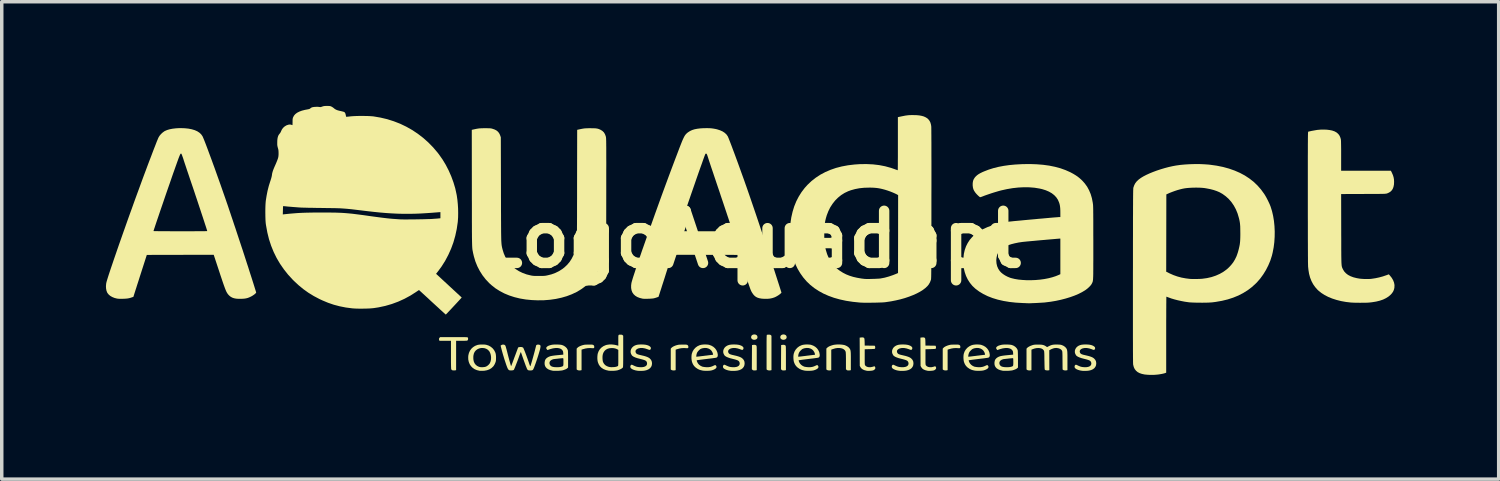
<source format=kicad_pcb>
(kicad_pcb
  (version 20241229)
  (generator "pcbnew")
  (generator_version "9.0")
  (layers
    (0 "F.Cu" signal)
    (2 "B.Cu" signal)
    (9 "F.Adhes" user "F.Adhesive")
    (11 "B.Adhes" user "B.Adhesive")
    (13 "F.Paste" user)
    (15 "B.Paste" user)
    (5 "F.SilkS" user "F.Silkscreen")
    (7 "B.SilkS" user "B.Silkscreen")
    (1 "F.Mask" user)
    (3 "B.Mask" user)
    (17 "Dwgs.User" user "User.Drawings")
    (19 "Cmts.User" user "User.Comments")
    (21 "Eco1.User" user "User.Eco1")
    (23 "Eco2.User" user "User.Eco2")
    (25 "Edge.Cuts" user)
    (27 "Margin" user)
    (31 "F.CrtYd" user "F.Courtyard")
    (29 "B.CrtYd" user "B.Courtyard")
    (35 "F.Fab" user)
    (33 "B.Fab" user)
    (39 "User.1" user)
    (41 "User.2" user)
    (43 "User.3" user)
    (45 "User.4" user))
  (footprint "LogoAquadapt"
    (layer "F.Cu")
    (at 18.544 3.84)
    (property "Reference" "LogoAquadapt" (at 0 0 0) (layer "F.SilkS") (effects (font (size 1.5 1.5) (thickness 0.3))))
    (attr board_only exclude_from_pos_files exclude_from_bom)
    (fp_poly (pts (xy 0.156 2.742) (xy 0.185 2.757) (xy 0.204 2.78) (xy 0.211 2.81) (xy 0.212 2.814) (xy 0.208 2.836) (xy 0.201 2.855) (xy 0.201 2.855) (xy 0.178 2.876) (xy 0.148 2.888) (xy 0.114 2.892) (xy 0.082 2.886) (xy 0.066 2.878) (xy 0.042 2.859) (xy 0.03 2.835) (xy 0.028 2.813) (xy 0.035 2.783) (xy 0.052 2.76) (xy 0.08 2.744) (xy 0.115 2.737) (xy 0.12 2.737)) (stroke (width 0) (type solid)) (fill yes) (layer "F.SilkS"))
    (fp_poly (pts (xy 0.995 2.742) (xy 1.024 2.757) (xy 1.043 2.78) (xy 1.051 2.81) (xy 1.051 2.814) (xy 1.048 2.836) (xy 1.04 2.855) (xy 1.04 2.855) (xy 1.018 2.876) (xy 0.987 2.888) (xy 0.954 2.892) (xy 0.921 2.886) (xy 0.905 2.878) (xy 0.881 2.859) (xy 0.87 2.835) (xy 0.868 2.813) (xy 0.874 2.783) (xy 0.892 2.76) (xy 0.919 2.744) (xy 0.954 2.737) (xy 0.959 2.737)) (stroke (width 0) (type solid)) (fill yes) (layer "F.SilkS"))
    (fp_poly (pts (xy 0.153 3.04) (xy 0.176 3.054) (xy 0.177 3.055) (xy 0.18 3.058) (xy 0.182 3.063) (xy 0.185 3.07) (xy 0.186 3.081) (xy 0.188 3.097) (xy 0.189 3.118) (xy 0.189 3.147) (xy 0.19 3.185) (xy 0.19 3.231) (xy 0.19 3.289) (xy 0.19 3.359) (xy 0.19 3.417) (xy 0.19 3.765) (xy 0.175 3.769) (xy 0.158 3.772) (xy 0.135 3.773) (xy 0.121 3.774) (xy 0.096 3.772) (xy 0.08 3.767) (xy 0.067 3.756) (xy 0.049 3.739) (xy 0.051 3.391) (xy 0.053 3.044) (xy 0.084 3.038) (xy 0.121 3.035)) (stroke (width 0) (type solid)) (fill yes) (layer "F.SilkS"))
    (fp_poly (pts (xy 0.992 3.04) (xy 1.015 3.054) (xy 1.016 3.055) (xy 1.019 3.058) (xy 1.022 3.063) (xy 1.024 3.07) (xy 1.026 3.081) (xy 1.027 3.097) (xy 1.028 3.118) (xy 1.029 3.147) (xy 1.029 3.185) (xy 1.03 3.231) (xy 1.03 3.289) (xy 1.03 3.359) (xy 1.03 3.417) (xy 1.03 3.765) (xy 1.014 3.769) (xy 0.998 3.772) (xy 0.974 3.773) (xy 0.961 3.774) (xy 0.936 3.772) (xy 0.919 3.767) (xy 0.906 3.756) (xy 0.889 3.739) (xy 0.89 3.391) (xy 0.892 3.044) (xy 0.923 3.038) (xy 0.96 3.035)) (stroke (width 0) (type solid)) (fill yes) (layer "F.SilkS"))
    (fp_poly (pts (xy 0.565 2.745) (xy 0.582 2.748) (xy 0.594 2.756) (xy 0.598 2.76) (xy 0.614 2.776) (xy 0.614 3.271) (xy 0.614 3.765) (xy 0.598 3.769) (xy 0.567 3.774) (xy 0.535 3.773) (xy 0.508 3.767) (xy 0.491 3.759) (xy 0.473 3.744) (xy 0.473 3.248) (xy 0.473 3.152) (xy 0.473 3.069) (xy 0.473 2.998) (xy 0.473 2.938) (xy 0.474 2.889) (xy 0.474 2.849) (xy 0.475 2.817) (xy 0.476 2.793) (xy 0.477 2.775) (xy 0.478 2.762) (xy 0.48 2.754) (xy 0.482 2.75) (xy 0.484 2.748) (xy 0.496 2.746) (xy 0.518 2.744) (xy 0.539 2.744)) (stroke (width 0) (type solid)) (fill yes) (layer "F.SilkS"))
    (fp_poly (pts (xy -4.603 3.03) (xy -4.571 3.03) (xy -4.549 3.031) (xy -4.533 3.034) (xy -4.522 3.037) (xy -4.513 3.042) (xy -4.51 3.044) (xy -4.494 3.061) (xy -4.488 3.083) (xy -4.488 3.087) (xy -4.488 3.111) (xy -4.493 3.126) (xy -4.507 3.133) (xy -4.531 3.134) (xy -4.555 3.132) (xy -4.612 3.129) (xy -4.675 3.132) (xy -4.739 3.142) (xy -4.796 3.157) (xy -4.853 3.175) (xy -4.853 3.47) (xy -4.853 3.765) (xy -4.869 3.769) (xy -4.899 3.774) (xy -4.931 3.773) (xy -4.959 3.767) (xy -4.975 3.759) (xy -4.994 3.744) (xy -4.994 3.445) (xy -4.994 3.146) (xy -4.973 3.123) (xy -4.945 3.099) (xy -4.903 3.076) (xy -4.85 3.055) (xy -4.82 3.046) (xy -4.797 3.04) (xy -4.774 3.035) (xy -4.75 3.032) (xy -4.72 3.031) (xy -4.681 3.03) (xy -4.647 3.03)) (stroke (width 0) (type solid)) (fill yes) (layer "F.SilkS"))
    (fp_poly (pts (xy -1.895 3.03) (xy -1.863 3.03) (xy -1.84 3.031) (xy -1.824 3.034) (xy -1.813 3.037) (xy -1.805 3.042) (xy -1.801 3.044) (xy -1.786 3.061) (xy -1.779 3.083) (xy -1.779 3.087) (xy -1.779 3.111) (xy -1.785 3.126) (xy -1.799 3.133) (xy -1.822 3.134) (xy -1.847 3.132) (xy -1.903 3.129) (xy -1.967 3.132) (xy -2.031 3.142) (xy -2.087 3.157) (xy -2.144 3.175) (xy -2.144 3.47) (xy -2.144 3.765) (xy -2.16 3.769) (xy -2.191 3.774) (xy -2.222 3.773) (xy -2.25 3.767) (xy -2.267 3.759) (xy -2.285 3.744) (xy -2.285 3.445) (xy -2.285 3.146) (xy -2.265 3.123) (xy -2.236 3.099) (xy -2.195 3.076) (xy -2.142 3.055) (xy -2.112 3.046) (xy -2.088 3.04) (xy -2.066 3.035) (xy -2.041 3.032) (xy -2.011 3.031) (xy -1.973 3.03) (xy -1.939 3.03)) (stroke (width 0) (type solid)) (fill yes) (layer "F.SilkS"))
    (fp_poly (pts (xy 5.935 3.03) (xy 5.967 3.03) (xy 5.989 3.031) (xy 6.005 3.034) (xy 6.016 3.037) (xy 6.025 3.042) (xy 6.029 3.044) (xy 6.044 3.061) (xy 6.05 3.083) (xy 6.051 3.087) (xy 6.05 3.111) (xy 6.045 3.126) (xy 6.031 3.133) (xy 6.007 3.134) (xy 5.983 3.132) (xy 5.926 3.129) (xy 5.863 3.132) (xy 5.799 3.142) (xy 5.742 3.157) (xy 5.685 3.175) (xy 5.685 3.47) (xy 5.685 3.765) (xy 5.669 3.769) (xy 5.639 3.774) (xy 5.607 3.773) (xy 5.579 3.767) (xy 5.563 3.759) (xy 5.544 3.744) (xy 5.544 3.445) (xy 5.544 3.146) (xy 5.565 3.123) (xy 5.593 3.099) (xy 5.635 3.076) (xy 5.688 3.055) (xy 5.718 3.046) (xy 5.741 3.04) (xy 5.764 3.035) (xy 5.788 3.032) (xy 5.818 3.031) (xy 5.857 3.03) (xy 5.891 3.03)) (stroke (width 0) (type solid)) (fill yes) (layer "F.SilkS"))
    (fp_poly (pts (xy -8.444 2.814) (xy -8.372 2.814) (xy -8.312 2.815) (xy -8.263 2.815) (xy -8.224 2.815) (xy -8.193 2.816) (xy -8.17 2.817) (xy -8.153 2.818) (xy -8.142 2.82) (xy -8.134 2.821) (xy -8.13 2.824) (xy -8.127 2.826) (xy -8.126 2.828) (xy -8.119 2.852) (xy -8.12 2.878) (xy -8.128 2.9) (xy -8.133 2.906) (xy -8.138 2.911) (xy -8.145 2.914) (xy -8.155 2.917) (xy -8.171 2.918) (xy -8.194 2.919) (xy -8.226 2.92) (xy -8.269 2.92) (xy -8.306 2.92) (xy -8.464 2.92) (xy -8.464 3.343) (xy -8.464 3.765) (xy -8.48 3.769) (xy -8.502 3.772) (xy -8.53 3.773) (xy -8.557 3.771) (xy -8.578 3.767) (xy -8.582 3.765) (xy -8.595 3.753) (xy -8.605 3.736) (xy -8.607 3.724) (xy -8.608 3.697) (xy -8.61 3.657) (xy -8.611 3.604) (xy -8.612 3.537) (xy -8.612 3.457) (xy -8.612 3.364) (xy -8.612 3.318) (xy -8.612 2.92) (xy -8.778 2.92) (xy -8.944 2.92) (xy -8.951 2.902) (xy -8.958 2.871) (xy -8.951 2.846) (xy -8.941 2.832) (xy -8.923 2.814) (xy -8.528 2.814)) (stroke (width 0) (type solid)) (fill yes) (layer "F.SilkS"))
    (fp_poly (pts (xy 2.621 3.029) (xy 2.671 3.035) (xy 2.713 3.043) (xy 2.732 3.049) (xy 2.787 3.074) (xy 2.83 3.104) (xy 2.858 3.135) (xy 2.868 3.149) (xy 2.876 3.163) (xy 2.883 3.178) (xy 2.888 3.196) (xy 2.892 3.218) (xy 2.895 3.246) (xy 2.897 3.281) (xy 2.898 3.324) (xy 2.899 3.378) (xy 2.899 3.443) (xy 2.899 3.499) (xy 2.899 3.765) (xy 2.883 3.769) (xy 2.867 3.772) (xy 2.843 3.773) (xy 2.83 3.774) (xy 2.805 3.772) (xy 2.788 3.767) (xy 2.775 3.756) (xy 2.758 3.739) (xy 2.758 3.501) (xy 2.758 3.427) (xy 2.757 3.365) (xy 2.756 3.316) (xy 2.754 3.279) (xy 2.752 3.252) (xy 2.75 3.236) (xy 2.749 3.235) (xy 2.732 3.199) (xy 2.703 3.17) (xy 2.665 3.148) (xy 2.618 3.134) (xy 2.566 3.127) (xy 2.509 3.128) (xy 2.448 3.138) (xy 2.386 3.157) (xy 2.385 3.157) (xy 2.335 3.176) (xy 2.335 3.47) (xy 2.335 3.765) (xy 2.319 3.769) (xy 2.288 3.774) (xy 2.257 3.773) (xy 2.229 3.767) (xy 2.212 3.759) (xy 2.194 3.744) (xy 2.194 3.444) (xy 2.194 3.144) (xy 2.22 3.118) (xy 2.249 3.096) (xy 2.288 3.075) (xy 2.336 3.057) (xy 2.389 3.041) (xy 2.412 3.036) (xy 2.458 3.03) (xy 2.51 3.026) (xy 2.566 3.026)) (stroke (width 0) (type solid)) (fill yes) (layer "F.SilkS"))
    (fp_poly (pts (xy 3.241 2.823) (xy 3.25 2.825) (xy 3.266 2.829) (xy 3.277 2.836) (xy 3.285 2.847) (xy 3.29 2.865) (xy 3.293 2.892) (xy 3.295 2.929) (xy 3.296 2.956) (xy 3.298 3.058) (xy 3.443 3.06) (xy 3.589 3.062) (xy 3.597 3.085) (xy 3.601 3.11) (xy 3.599 3.133) (xy 3.591 3.149) (xy 3.588 3.151) (xy 3.578 3.153) (xy 3.557 3.155) (xy 3.527 3.157) (xy 3.489 3.158) (xy 3.446 3.16) (xy 3.439 3.16) (xy 3.298 3.164) (xy 3.298 3.387) (xy 3.298 3.449) (xy 3.298 3.499) (xy 3.298 3.537) (xy 3.299 3.567) (xy 3.3 3.588) (xy 3.302 3.603) (xy 3.304 3.614) (xy 3.307 3.622) (xy 3.311 3.628) (xy 3.312 3.63) (xy 3.34 3.656) (xy 3.378 3.673) (xy 3.422 3.681) (xy 3.472 3.68) (xy 3.526 3.669) (xy 3.528 3.668) (xy 3.579 3.652) (xy 3.592 3.668) (xy 3.604 3.692) (xy 3.603 3.717) (xy 3.59 3.74) (xy 3.564 3.761) (xy 3.544 3.771) (xy 3.525 3.776) (xy 3.495 3.781) (xy 3.46 3.784) (xy 3.423 3.786) (xy 3.389 3.786) (xy 3.363 3.784) (xy 3.358 3.783) (xy 3.296 3.768) (xy 3.248 3.748) (xy 3.21 3.722) (xy 3.182 3.689) (xy 3.177 3.68) (xy 3.156 3.643) (xy 3.155 3.236) (xy 3.153 2.83) (xy 3.191 2.825) (xy 3.217 2.823)) (stroke (width 0) (type solid)) (fill yes) (layer "F.SilkS"))
    (fp_poly (pts (xy 4.99 2.823) (xy 5 2.825) (xy 5.015 2.829) (xy 5.027 2.836) (xy 5.035 2.847) (xy 5.04 2.865) (xy 5.043 2.892) (xy 5.044 2.929) (xy 5.045 2.956) (xy 5.047 3.058) (xy 5.193 3.06) (xy 5.339 3.062) (xy 5.346 3.085) (xy 5.351 3.11) (xy 5.348 3.133) (xy 5.34 3.149) (xy 5.337 3.151) (xy 5.328 3.153) (xy 5.307 3.155) (xy 5.276 3.157) (xy 5.238 3.158) (xy 5.195 3.16) (xy 5.188 3.16) (xy 5.047 3.164) (xy 5.047 3.387) (xy 5.047 3.449) (xy 5.047 3.499) (xy 5.047 3.537) (xy 5.048 3.567) (xy 5.049 3.588) (xy 5.051 3.603) (xy 5.053 3.614) (xy 5.056 3.622) (xy 5.06 3.628) (xy 5.062 3.63) (xy 5.09 3.656) (xy 5.127 3.673) (xy 5.171 3.681) (xy 5.222 3.68) (xy 5.275 3.669) (xy 5.277 3.668) (xy 5.328 3.652) (xy 5.341 3.668) (xy 5.354 3.692) (xy 5.353 3.717) (xy 5.339 3.74) (xy 5.313 3.761) (xy 5.294 3.771) (xy 5.274 3.776) (xy 5.244 3.781) (xy 5.209 3.784) (xy 5.173 3.786) (xy 5.139 3.786) (xy 5.112 3.784) (xy 5.107 3.783) (xy 5.046 3.768) (xy 4.997 3.748) (xy 4.959 3.722) (xy 4.932 3.689) (xy 4.926 3.68) (xy 4.906 3.643) (xy 4.904 3.236) (xy 4.902 2.83) (xy 4.94 2.825) (xy 4.966 2.823)) (stroke (width 0) (type solid)) (fill yes) (layer "F.SilkS"))
    (fp_poly (pts (xy -7.654 3.028) (xy -7.612 3.033) (xy -7.591 3.037) (xy -7.525 3.059) (xy -7.465 3.093) (xy -7.413 3.137) (xy -7.371 3.189) (xy -7.339 3.249) (xy -7.325 3.291) (xy -7.32 3.322) (xy -7.316 3.362) (xy -7.315 3.406) (xy -7.316 3.45) (xy -7.318 3.489) (xy -7.322 3.512) (xy -7.337 3.557) (xy -7.359 3.604) (xy -7.386 3.647) (xy -7.401 3.664) (xy -7.45 3.709) (xy -7.508 3.744) (xy -7.575 3.768) (xy -7.651 3.782) (xy -7.692 3.784) (xy -7.726 3.785) (xy -7.756 3.785) (xy -7.78 3.784) (xy -7.791 3.783) (xy -7.866 3.765) (xy -7.932 3.737) (xy -7.989 3.698) (xy -8.036 3.65) (xy -8.073 3.594) (xy -8.099 3.53) (xy -8.114 3.46) (xy -8.116 3.384) (xy -8.115 3.377) (xy -7.969 3.377) (xy -7.968 3.447) (xy -7.957 3.51) (xy -7.935 3.564) (xy -7.902 3.608) (xy -7.859 3.644) (xy -7.806 3.669) (xy -7.806 3.669) (xy -7.769 3.678) (xy -7.725 3.681) (xy -7.678 3.679) (xy -7.635 3.673) (xy -7.6 3.662) (xy -7.565 3.641) (xy -7.531 3.613) (xy -7.503 3.581) (xy -7.49 3.56) (xy -7.47 3.508) (xy -7.459 3.449) (xy -7.458 3.388) (xy -7.466 3.328) (xy -7.483 3.272) (xy -7.508 3.224) (xy -7.515 3.215) (xy -7.551 3.178) (xy -7.595 3.151) (xy -7.645 3.134) (xy -7.698 3.127) (xy -7.752 3.129) (xy -7.805 3.142) (xy -7.854 3.165) (xy -7.896 3.197) (xy -7.897 3.198) (xy -7.929 3.237) (xy -7.951 3.282) (xy -7.964 3.334) (xy -7.969 3.377) (xy -8.115 3.377) (xy -8.112 3.339) (xy -8.095 3.27) (xy -8.066 3.206) (xy -8.027 3.151) (xy -7.977 3.104) (xy -7.919 3.067) (xy -7.852 3.041) (xy -7.835 3.037) (xy -7.798 3.031) (xy -7.752 3.027) (xy -7.703 3.027)) (stroke (width 0) (type solid)) (fill yes) (layer "F.SilkS"))
    (fp_poly (pts (xy -3.065 3.028) (xy -3.011 3.034) (xy -2.966 3.044) (xy -2.926 3.059) (xy -2.913 3.065) (xy -2.881 3.086) (xy -2.862 3.109) (xy -2.856 3.135) (xy -2.864 3.16) (xy -2.874 3.174) (xy -2.886 3.181) (xy -2.903 3.181) (xy -2.928 3.174) (xy -2.956 3.163) (xy -3.026 3.14) (xy -3.094 3.128) (xy -3.156 3.127) (xy -3.213 3.138) (xy -3.243 3.15) (xy -3.275 3.171) (xy -3.295 3.197) (xy -3.301 3.226) (xy -3.294 3.258) (xy -3.287 3.271) (xy -3.278 3.284) (xy -3.265 3.295) (xy -3.248 3.305) (xy -3.224 3.314) (xy -3.191 3.324) (xy -3.147 3.334) (xy -3.122 3.34) (xy -3.058 3.355) (xy -3.006 3.37) (xy -2.964 3.385) (xy -2.93 3.401) (xy -2.901 3.419) (xy -2.885 3.433) (xy -2.853 3.469) (xy -2.834 3.51) (xy -2.825 3.559) (xy -2.825 3.573) (xy -2.831 3.625) (xy -2.85 3.67) (xy -2.881 3.709) (xy -2.923 3.74) (xy -2.976 3.764) (xy -3.032 3.778) (xy -3.071 3.783) (xy -3.119 3.786) (xy -3.169 3.786) (xy -3.215 3.785) (xy -3.238 3.783) (xy -3.296 3.773) (xy -3.35 3.757) (xy -3.395 3.737) (xy -3.429 3.713) (xy -3.43 3.712) (xy -3.445 3.69) (xy -3.45 3.664) (xy -3.445 3.638) (xy -3.43 3.618) (xy -3.421 3.612) (xy -3.411 3.609) (xy -3.396 3.612) (xy -3.374 3.621) (xy -3.36 3.629) (xy -3.314 3.65) (xy -3.274 3.665) (xy -3.234 3.674) (xy -3.191 3.679) (xy -3.17 3.68) (xy -3.11 3.68) (xy -3.059 3.672) (xy -3.019 3.657) (xy -2.99 3.636) (xy -2.972 3.608) (xy -2.967 3.575) (xy -2.97 3.551) (xy -2.976 3.53) (xy -2.987 3.512) (xy -3.004 3.496) (xy -3.028 3.482) (xy -3.06 3.47) (xy -3.104 3.457) (xy -3.159 3.443) (xy -3.174 3.439) (xy -3.248 3.42) (xy -3.309 3.399) (xy -3.355 3.378) (xy -3.389 3.355) (xy -3.404 3.34) (xy -3.429 3.296) (xy -3.441 3.251) (xy -3.44 3.206) (xy -3.427 3.162) (xy -3.403 3.121) (xy -3.368 3.086) (xy -3.329 3.061) (xy -3.293 3.046) (xy -3.254 3.035) (xy -3.208 3.029) (xy -3.152 3.026) (xy -3.129 3.026)) (stroke (width 0) (type solid)) (fill yes) (layer "F.SilkS"))
    (fp_poly (pts (xy -0.398 3.028) (xy -0.345 3.034) (xy -0.3 3.044) (xy -0.26 3.059) (xy -0.247 3.065) (xy -0.215 3.086) (xy -0.196 3.109) (xy -0.19 3.135) (xy -0.198 3.16) (xy -0.207 3.174) (xy -0.219 3.181) (xy -0.237 3.181) (xy -0.262 3.174) (xy -0.289 3.163) (xy -0.36 3.14) (xy -0.427 3.128) (xy -0.49 3.127) (xy -0.546 3.138) (xy -0.577 3.15) (xy -0.609 3.171) (xy -0.628 3.197) (xy -0.635 3.226) (xy -0.628 3.258) (xy -0.621 3.271) (xy -0.611 3.284) (xy -0.599 3.295) (xy -0.582 3.305) (xy -0.557 3.314) (xy -0.525 3.324) (xy -0.481 3.334) (xy -0.456 3.34) (xy -0.392 3.355) (xy -0.34 3.37) (xy -0.297 3.385) (xy -0.263 3.401) (xy -0.235 3.419) (xy -0.219 3.433) (xy -0.187 3.469) (xy -0.167 3.51) (xy -0.159 3.559) (xy -0.159 3.573) (xy -0.165 3.625) (xy -0.184 3.67) (xy -0.214 3.709) (xy -0.256 3.74) (xy -0.309 3.764) (xy -0.366 3.778) (xy -0.405 3.783) (xy -0.452 3.786) (xy -0.502 3.786) (xy -0.549 3.785) (xy -0.571 3.783) (xy -0.63 3.773) (xy -0.683 3.757) (xy -0.728 3.737) (xy -0.763 3.713) (xy -0.764 3.712) (xy -0.778 3.69) (xy -0.783 3.664) (xy -0.778 3.638) (xy -0.764 3.618) (xy -0.755 3.612) (xy -0.745 3.609) (xy -0.73 3.612) (xy -0.708 3.621) (xy -0.694 3.629) (xy -0.647 3.65) (xy -0.607 3.665) (xy -0.568 3.674) (xy -0.524 3.679) (xy -0.504 3.68) (xy -0.444 3.68) (xy -0.393 3.672) (xy -0.353 3.657) (xy -0.324 3.636) (xy -0.306 3.608) (xy -0.3 3.575) (xy -0.303 3.551) (xy -0.31 3.53) (xy -0.321 3.512) (xy -0.338 3.496) (xy -0.362 3.482) (xy -0.394 3.47) (xy -0.437 3.457) (xy -0.492 3.443) (xy -0.508 3.439) (xy -0.582 3.42) (xy -0.642 3.399) (xy -0.689 3.378) (xy -0.723 3.355) (xy -0.738 3.34) (xy -0.763 3.296) (xy -0.775 3.251) (xy -0.774 3.206) (xy -0.761 3.162) (xy -0.737 3.121) (xy -0.702 3.086) (xy -0.663 3.061) (xy -0.627 3.046) (xy -0.588 3.035) (xy -0.541 3.029) (xy -0.485 3.026) (xy -0.462 3.026)) (stroke (width 0) (type solid)) (fill yes) (layer "F.SilkS"))
    (fp_poly (pts (xy 4.462 3.028) (xy 4.515 3.034) (xy 4.56 3.044) (xy 4.6 3.059) (xy 4.613 3.065) (xy 4.645 3.086) (xy 4.664 3.109) (xy 4.67 3.135) (xy 4.662 3.16) (xy 4.653 3.174) (xy 4.64 3.181) (xy 4.623 3.181) (xy 4.598 3.174) (xy 4.571 3.163) (xy 4.5 3.14) (xy 4.433 3.128) (xy 4.37 3.127) (xy 4.313 3.138) (xy 4.283 3.15) (xy 4.251 3.171) (xy 4.231 3.197) (xy 4.225 3.226) (xy 4.232 3.258) (xy 4.239 3.271) (xy 4.249 3.284) (xy 4.261 3.295) (xy 4.278 3.305) (xy 4.302 3.314) (xy 4.335 3.324) (xy 4.379 3.334) (xy 4.404 3.34) (xy 4.468 3.355) (xy 4.52 3.37) (xy 4.562 3.385) (xy 4.597 3.401) (xy 4.625 3.419) (xy 4.641 3.433) (xy 4.673 3.469) (xy 4.693 3.51) (xy 4.701 3.559) (xy 4.701 3.573) (xy 4.695 3.625) (xy 4.676 3.67) (xy 4.646 3.709) (xy 4.604 3.74) (xy 4.551 3.764) (xy 4.494 3.778) (xy 4.455 3.783) (xy 4.407 3.786) (xy 4.358 3.786) (xy 4.311 3.785) (xy 4.289 3.783) (xy 4.23 3.773) (xy 4.177 3.757) (xy 4.132 3.737) (xy 4.097 3.713) (xy 4.096 3.712) (xy 4.081 3.69) (xy 4.077 3.664) (xy 4.081 3.638) (xy 4.096 3.618) (xy 4.105 3.612) (xy 4.115 3.609) (xy 4.13 3.612) (xy 4.152 3.621) (xy 4.166 3.629) (xy 4.213 3.65) (xy 4.253 3.665) (xy 4.292 3.674) (xy 4.336 3.679) (xy 4.356 3.68) (xy 4.416 3.68) (xy 4.467 3.672) (xy 4.507 3.657) (xy 4.536 3.636) (xy 4.554 3.608) (xy 4.56 3.575) (xy 4.557 3.551) (xy 4.55 3.53) (xy 4.539 3.512) (xy 4.522 3.496) (xy 4.498 3.482) (xy 4.466 3.47) (xy 4.423 3.457) (xy 4.368 3.443) (xy 4.352 3.439) (xy 4.278 3.42) (xy 4.218 3.399) (xy 4.171 3.378) (xy 4.137 3.355) (xy 4.122 3.34) (xy 4.097 3.296) (xy 4.085 3.251) (xy 4.086 3.206) (xy 4.099 3.162) (xy 4.123 3.121) (xy 4.158 3.086) (xy 4.197 3.061) (xy 4.233 3.046) (xy 4.272 3.035) (xy 4.319 3.029) (xy 4.375 3.026) (xy 4.398 3.026)) (stroke (width 0) (type solid)) (fill yes) (layer "F.SilkS"))
    (fp_poly (pts (xy 9.724 3.028) (xy 9.777 3.034) (xy 9.822 3.044) (xy 9.862 3.059) (xy 9.875 3.065) (xy 9.907 3.086) (xy 9.926 3.109) (xy 9.932 3.135) (xy 9.924 3.16) (xy 9.915 3.174) (xy 9.902 3.181) (xy 9.885 3.181) (xy 9.86 3.174) (xy 9.833 3.163) (xy 9.762 3.14) (xy 9.695 3.128) (xy 9.632 3.127) (xy 9.575 3.138) (xy 9.545 3.15) (xy 9.513 3.171) (xy 9.493 3.197) (xy 9.487 3.226) (xy 9.494 3.258) (xy 9.501 3.271) (xy 9.511 3.284) (xy 9.523 3.295) (xy 9.54 3.305) (xy 9.564 3.314) (xy 9.597 3.324) (xy 9.641 3.334) (xy 9.666 3.34) (xy 9.73 3.355) (xy 9.782 3.37) (xy 9.824 3.385) (xy 9.859 3.401) (xy 9.887 3.419) (xy 9.903 3.433) (xy 9.935 3.469) (xy 9.955 3.51) (xy 9.963 3.559) (xy 9.963 3.573) (xy 9.957 3.625) (xy 9.938 3.67) (xy 9.908 3.709) (xy 9.866 3.74) (xy 9.813 3.764) (xy 9.756 3.778) (xy 9.717 3.783) (xy 9.669 3.786) (xy 9.62 3.786) (xy 9.573 3.785) (xy 9.551 3.783) (xy 9.492 3.773) (xy 9.439 3.757) (xy 9.393 3.737) (xy 9.359 3.713) (xy 9.358 3.712) (xy 9.343 3.69) (xy 9.339 3.664) (xy 9.343 3.638) (xy 9.358 3.618) (xy 9.367 3.612) (xy 9.377 3.609) (xy 9.392 3.612) (xy 9.414 3.621) (xy 9.428 3.629) (xy 9.475 3.65) (xy 9.515 3.665) (xy 9.554 3.674) (xy 9.598 3.679) (xy 9.618 3.68) (xy 9.678 3.68) (xy 9.729 3.672) (xy 9.769 3.657) (xy 9.798 3.636) (xy 9.816 3.608) (xy 9.822 3.575) (xy 9.819 3.551) (xy 9.812 3.53) (xy 9.801 3.512) (xy 9.784 3.496) (xy 9.76 3.482) (xy 9.728 3.47) (xy 9.685 3.457) (xy 9.63 3.443) (xy 9.614 3.439) (xy 9.54 3.42) (xy 9.48 3.399) (xy 9.433 3.378) (xy 9.399 3.355) (xy 9.384 3.34) (xy 9.359 3.296) (xy 9.347 3.251) (xy 9.348 3.206) (xy 9.361 3.162) (xy 9.385 3.121) (xy 9.42 3.086) (xy 9.459 3.061) (xy 9.495 3.046) (xy 9.534 3.035) (xy 9.581 3.029) (xy 9.637 3.026) (xy 9.66 3.026)) (stroke (width 0) (type solid)) (fill yes) (layer "F.SilkS"))
    (fp_poly (pts (xy -3.728 2.744) (xy -3.702 2.745) (xy -3.686 2.748) (xy -3.674 2.756) (xy -3.669 2.76) (xy -3.654 2.776) (xy -3.654 3.223) (xy -3.654 3.315) (xy -3.654 3.394) (xy -3.654 3.461) (xy -3.655 3.517) (xy -3.655 3.563) (xy -3.656 3.6) (xy -3.657 3.629) (xy -3.658 3.651) (xy -3.659 3.667) (xy -3.661 3.678) (xy -3.663 3.686) (xy -3.664 3.689) (xy -3.678 3.704) (xy -3.702 3.721) (xy -3.733 3.738) (xy -3.77 3.754) (xy -3.808 3.767) (xy -3.82 3.771) (xy -3.85 3.776) (xy -3.89 3.781) (xy -3.936 3.784) (xy -3.983 3.785) (xy -4.027 3.784) (xy -4.064 3.782) (xy -4.073 3.781) (xy -4.151 3.763) (xy -4.219 3.736) (xy -4.276 3.7) (xy -4.322 3.655) (xy -4.358 3.6) (xy -4.383 3.537) (xy -4.392 3.496) (xy -4.398 3.441) (xy -4.398 3.422) (xy -4.25 3.422) (xy -4.247 3.469) (xy -4.241 3.51) (xy -4.233 3.535) (xy -4.207 3.582) (xy -4.171 3.621) (xy -4.123 3.651) (xy -4.068 3.671) (xy -4.036 3.677) (xy -3.995 3.68) (xy -3.95 3.679) (xy -3.906 3.676) (xy -3.868 3.67) (xy -3.848 3.665) (xy -3.826 3.656) (xy -3.809 3.648) (xy -3.804 3.645) (xy -3.801 3.64) (xy -3.799 3.627) (xy -3.797 3.606) (xy -3.796 3.575) (xy -3.795 3.534) (xy -3.795 3.482) (xy -3.795 3.416) (xy -3.795 3.41) (xy -3.795 3.183) (xy -3.811 3.172) (xy -3.861 3.148) (xy -3.921 3.133) (xy -3.978 3.129) (xy -4.045 3.134) (xy -4.102 3.149) (xy -4.15 3.174) (xy -4.19 3.21) (xy -4.221 3.257) (xy -4.237 3.297) (xy -4.245 3.331) (xy -4.25 3.375) (xy -4.25 3.422) (xy -4.398 3.422) (xy -4.398 3.381) (xy -4.393 3.323) (xy -4.385 3.283) (xy -4.361 3.219) (xy -4.325 3.162) (xy -4.279 3.114) (xy -4.224 3.075) (xy -4.16 3.047) (xy -4.126 3.037) (xy -4.057 3.027) (xy -3.982 3.026) (xy -3.904 3.035) (xy -3.826 3.053) (xy -3.811 3.058) (xy -3.795 3.063) (xy -3.795 2.908) (xy -3.795 2.855) (xy -3.795 2.816) (xy -3.794 2.786) (xy -3.791 2.766) (xy -3.786 2.754) (xy -3.777 2.747) (xy -3.766 2.744) (xy -3.749 2.744)) (stroke (width 0) (type solid)) (fill yes) (layer "F.SilkS"))
    (fp_poly (pts (xy 8.847 3.028) (xy 8.891 3.03) (xy 8.923 3.032) (xy 8.949 3.037) (xy 8.971 3.043) (xy 8.981 3.047) (xy 9.026 3.068) (xy 9.065 3.096) (xy 9.094 3.127) (xy 9.097 3.131) (xy 9.106 3.145) (xy 9.114 3.16) (xy 9.12 3.175) (xy 9.124 3.193) (xy 9.128 3.216) (xy 9.131 3.245) (xy 9.132 3.281) (xy 9.134 3.326) (xy 9.134 3.381) (xy 9.134 3.447) (xy 9.134 3.496) (xy 9.134 3.765) (xy 9.119 3.769) (xy 9.088 3.774) (xy 9.057 3.773) (xy 9.029 3.768) (xy 9.012 3.759) (xy 8.994 3.745) (xy 8.992 3.486) (xy 8.991 3.418) (xy 8.991 3.362) (xy 8.99 3.318) (xy 8.989 3.283) (xy 8.988 3.257) (xy 8.986 3.238) (xy 8.984 3.224) (xy 8.981 3.213) (xy 8.978 3.206) (xy 8.977 3.204) (xy 8.953 3.174) (xy 8.916 3.15) (xy 8.87 3.134) (xy 8.811 3.126) (xy 8.75 3.132) (xy 8.689 3.153) (xy 8.663 3.165) (xy 8.611 3.192) (xy 8.612 3.479) (xy 8.613 3.766) (xy 8.588 3.771) (xy 8.559 3.773) (xy 8.529 3.771) (xy 8.504 3.766) (xy 8.487 3.757) (xy 8.487 3.757) (xy 8.483 3.752) (xy 8.481 3.745) (xy 8.479 3.733) (xy 8.477 3.716) (xy 8.476 3.692) (xy 8.475 3.659) (xy 8.474 3.617) (xy 8.473 3.563) (xy 8.472 3.497) (xy 8.471 3.482) (xy 8.47 3.415) (xy 8.47 3.36) (xy 8.469 3.316) (xy 8.468 3.281) (xy 8.466 3.255) (xy 8.465 3.236) (xy 8.463 3.222) (xy 8.46 3.212) (xy 8.457 3.204) (xy 8.453 3.197) (xy 8.452 3.194) (xy 8.426 3.166) (xy 8.391 3.145) (xy 8.347 3.132) (xy 8.297 3.128) (xy 8.242 3.131) (xy 8.186 3.143) (xy 8.142 3.158) (xy 8.098 3.176) (xy 8.098 3.47) (xy 8.098 3.765) (xy 8.082 3.769) (xy 8.051 3.774) (xy 8.019 3.773) (xy 7.991 3.767) (xy 7.975 3.759) (xy 7.956 3.744) (xy 7.956 3.446) (xy 7.956 3.147) (xy 7.974 3.126) (xy 7.996 3.107) (xy 8.029 3.086) (xy 8.071 3.066) (xy 8.117 3.049) (xy 8.126 3.046) (xy 8.149 3.039) (xy 8.17 3.035) (xy 8.194 3.032) (xy 8.223 3.03) (xy 8.26 3.03) (xy 8.288 3.03) (xy 8.344 3.03) (xy 8.389 3.033) (xy 8.425 3.039) (xy 8.456 3.048) (xy 8.485 3.061) (xy 8.513 3.078) (xy 8.548 3.102) (xy 8.6 3.075) (xy 8.645 3.054) (xy 8.689 3.039) (xy 8.737 3.031) (xy 8.792 3.027)) (stroke (width 0) (type solid)) (fill yes) (layer "F.SilkS"))
    (fp_poly (pts (xy -5.535 3.028) (xy -5.488 3.031) (xy -5.447 3.035) (xy -5.416 3.042) (xy -5.414 3.042) (xy -5.36 3.065) (xy -5.314 3.097) (xy -5.278 3.134) (xy -5.254 3.177) (xy -5.248 3.194) (xy -5.246 3.208) (xy -5.244 3.235) (xy -5.243 3.273) (xy -5.242 3.32) (xy -5.241 3.376) (xy -5.241 3.438) (xy -5.241 3.455) (xy -5.241 3.69) (xy -5.259 3.707) (xy -5.282 3.725) (xy -5.317 3.743) (xy -5.361 3.759) (xy -5.396 3.77) (xy -5.424 3.775) (xy -5.463 3.779) (xy -5.508 3.783) (xy -5.556 3.785) (xy -5.603 3.785) (xy -5.645 3.785) (xy -5.68 3.782) (xy -5.691 3.78) (xy -5.756 3.764) (xy -5.811 3.741) (xy -5.855 3.711) (xy -5.883 3.681) (xy -5.903 3.646) (xy -5.914 3.608) (xy -5.917 3.563) (xy -5.916 3.544) (xy -5.776 3.544) (xy -5.775 3.579) (xy -5.765 3.609) (xy -5.747 3.635) (xy -5.719 3.656) (xy -5.682 3.67) (xy -5.633 3.678) (xy -5.572 3.681) (xy -5.57 3.681) (xy -5.519 3.68) (xy -5.475 3.676) (xy -5.45 3.671) (xy -5.423 3.664) (xy -5.403 3.657) (xy -5.39 3.649) (xy -5.381 3.636) (xy -5.377 3.618) (xy -5.375 3.59) (xy -5.375 3.552) (xy -5.375 3.53) (xy -5.375 3.489) (xy -5.375 3.459) (xy -5.377 3.44) (xy -5.379 3.428) (xy -5.382 3.423) (xy -5.386 3.421) (xy -5.387 3.421) (xy -5.404 3.422) (xy -5.432 3.424) (xy -5.467 3.427) (xy -5.507 3.431) (xy -5.548 3.436) (xy -5.588 3.44) (xy -5.622 3.444) (xy -5.648 3.447) (xy -5.661 3.449) (xy -5.705 3.464) (xy -5.74 3.485) (xy -5.764 3.512) (xy -5.776 3.544) (xy -5.916 3.544) (xy -5.916 3.543) (xy -5.908 3.494) (xy -5.89 3.454) (xy -5.862 3.422) (xy -5.833 3.401) (xy -5.812 3.389) (xy -5.792 3.379) (xy -5.771 3.371) (xy -5.747 3.363) (xy -5.719 3.357) (xy -5.685 3.351) (xy -5.643 3.345) (xy -5.592 3.339) (xy -5.53 3.333) (xy -5.467 3.327) (xy -5.378 3.319) (xy -5.38 3.274) (xy -5.383 3.247) (xy -5.387 3.223) (xy -5.392 3.211) (xy -5.417 3.177) (xy -5.453 3.151) (xy -5.498 3.135) (xy -5.552 3.127) (xy -5.613 3.129) (xy -5.68 3.139) (xy -5.753 3.159) (xy -5.765 3.163) (xy -5.834 3.187) (xy -5.851 3.168) (xy -5.867 3.144) (xy -5.869 3.121) (xy -5.857 3.099) (xy -5.833 3.079) (xy -5.797 3.06) (xy -5.749 3.045) (xy -5.713 3.036) (xy -5.677 3.031) (xy -5.633 3.028) (xy -5.584 3.027)) (stroke (width 0) (type solid)) (fill yes) (layer "F.SilkS"))
    (fp_poly (pts (xy 7.416 3.028) (xy 7.463 3.031) (xy 7.503 3.035) (xy 7.534 3.042) (xy 7.537 3.042) (xy 7.591 3.065) (xy 7.637 3.097) (xy 7.672 3.134) (xy 7.697 3.177) (xy 7.702 3.194) (xy 7.704 3.208) (xy 7.706 3.235) (xy 7.707 3.273) (xy 7.708 3.32) (xy 7.709 3.376) (xy 7.71 3.438) (xy 7.71 3.455) (xy 7.71 3.69) (xy 7.692 3.707) (xy 7.668 3.725) (xy 7.633 3.743) (xy 7.589 3.759) (xy 7.554 3.77) (xy 7.526 3.775) (xy 7.488 3.779) (xy 7.443 3.783) (xy 7.395 3.785) (xy 7.347 3.785) (xy 7.305 3.785) (xy 7.271 3.782) (xy 7.26 3.78) (xy 7.195 3.764) (xy 7.139 3.741) (xy 7.095 3.711) (xy 7.068 3.681) (xy 7.047 3.646) (xy 7.036 3.608) (xy 7.033 3.563) (xy 7.034 3.544) (xy 7.175 3.544) (xy 7.175 3.579) (xy 7.185 3.609) (xy 7.203 3.635) (xy 7.231 3.656) (xy 7.269 3.67) (xy 7.318 3.678) (xy 7.379 3.681) (xy 7.381 3.681) (xy 7.431 3.68) (xy 7.475 3.676) (xy 7.5 3.671) (xy 7.528 3.664) (xy 7.547 3.657) (xy 7.561 3.649) (xy 7.569 3.636) (xy 7.573 3.618) (xy 7.575 3.59) (xy 7.576 3.552) (xy 7.576 3.53) (xy 7.575 3.489) (xy 7.575 3.459) (xy 7.574 3.44) (xy 7.572 3.428) (xy 7.569 3.423) (xy 7.564 3.421) (xy 7.563 3.421) (xy 7.546 3.422) (xy 7.518 3.424) (xy 7.483 3.427) (xy 7.443 3.431) (xy 7.402 3.436) (xy 7.363 3.44) (xy 7.328 3.444) (xy 7.302 3.447) (xy 7.29 3.449) (xy 7.245 3.464) (xy 7.211 3.485) (xy 7.187 3.512) (xy 7.175 3.544) (xy 7.034 3.544) (xy 7.034 3.543) (xy 7.042 3.494) (xy 7.06 3.454) (xy 7.089 3.422) (xy 7.117 3.401) (xy 7.138 3.389) (xy 7.158 3.379) (xy 7.179 3.371) (xy 7.203 3.363) (xy 7.231 3.357) (xy 7.265 3.351) (xy 7.307 3.345) (xy 7.358 3.339) (xy 7.42 3.333) (xy 7.484 3.327) (xy 7.572 3.319) (xy 7.57 3.274) (xy 7.568 3.247) (xy 7.563 3.223) (xy 7.559 3.211) (xy 7.533 3.177) (xy 7.497 3.151) (xy 7.452 3.135) (xy 7.399 3.127) (xy 7.338 3.129) (xy 7.27 3.139) (xy 7.197 3.159) (xy 7.185 3.163) (xy 7.116 3.187) (xy 7.099 3.168) (xy 7.084 3.144) (xy 7.082 3.121) (xy 7.093 3.099) (xy 7.117 3.079) (xy 7.153 3.06) (xy 7.201 3.045) (xy 7.237 3.036) (xy 7.273 3.031) (xy 7.317 3.028) (xy 7.366 3.027)) (stroke (width 0) (type solid)) (fill yes) (layer "F.SilkS"))
    (fp_poly (pts (xy -1.24 3.028) (xy -1.2 3.033) (xy -1.183 3.036) (xy -1.117 3.06) (xy -1.06 3.093) (xy -1.012 3.136) (xy -0.974 3.186) (xy -0.948 3.243) (xy -0.942 3.262) (xy -0.932 3.311) (xy -0.932 3.35) (xy -0.94 3.379) (xy -0.948 3.389) (xy -0.953 3.394) (xy -0.957 3.398) (xy -0.962 3.401) (xy -0.97 3.404) (xy -0.982 3.407) (xy -0.998 3.411) (xy -1.021 3.414) (xy -1.052 3.418) (xy -1.091 3.424) (xy -1.14 3.43) (xy -1.201 3.437) (xy -1.273 3.446) (xy -1.332 3.453) (xy -1.386 3.46) (xy -1.435 3.466) (xy -1.475 3.472) (xy -1.507 3.476) (xy -1.528 3.479) (xy -1.536 3.481) (xy -1.537 3.481) (xy -1.537 3.491) (xy -1.533 3.509) (xy -1.523 3.532) (xy -1.511 3.556) (xy -1.501 3.573) (xy -1.469 3.61) (xy -1.427 3.64) (xy -1.38 3.663) (xy -1.373 3.665) (xy -1.35 3.67) (xy -1.318 3.675) (xy -1.282 3.679) (xy -1.263 3.68) (xy -1.202 3.68) (xy -1.149 3.673) (xy -1.098 3.658) (xy -1.056 3.639) (xy -1.029 3.626) (xy -1.011 3.62) (xy -0.999 3.621) (xy -0.988 3.628) (xy -0.981 3.637) (xy -0.968 3.662) (xy -0.969 3.687) (xy -0.983 3.71) (xy -1.01 3.732) (xy -1.049 3.752) (xy -1.099 3.77) (xy -1.104 3.771) (xy -1.134 3.777) (xy -1.175 3.782) (xy -1.221 3.784) (xy -1.268 3.785) (xy -1.313 3.783) (xy -1.352 3.78) (xy -1.366 3.778) (xy -1.41 3.768) (xy -1.445 3.759) (xy -1.476 3.746) (xy -1.508 3.731) (xy -1.509 3.73) (xy -1.567 3.691) (xy -1.613 3.646) (xy -1.648 3.593) (xy -1.673 3.531) (xy -1.682 3.489) (xy -1.688 3.439) (xy -1.689 3.386) (xy -1.688 3.366) (xy -1.551 3.366) (xy -1.549 3.376) (xy -1.543 3.379) (xy -1.543 3.379) (xy -1.533 3.378) (xy -1.511 3.375) (xy -1.479 3.372) (xy -1.438 3.367) (xy -1.39 3.361) (xy -1.337 3.355) (xy -1.302 3.35) (xy -1.247 3.344) (xy -1.196 3.337) (xy -1.152 3.332) (xy -1.115 3.328) (xy -1.088 3.324) (xy -1.073 3.323) (xy -1.069 3.322) (xy -1.067 3.316) (xy -1.07 3.301) (xy -1.075 3.28) (xy -1.084 3.257) (xy -1.089 3.245) (xy -1.116 3.202) (xy -1.153 3.168) (xy -1.198 3.144) (xy -1.249 3.129) (xy -1.304 3.126) (xy -1.362 3.133) (xy -1.387 3.14) (xy -1.413 3.149) (xy -1.435 3.16) (xy -1.456 3.177) (xy -1.478 3.198) (xy -1.508 3.232) (xy -1.529 3.266) (xy -1.542 3.305) (xy -1.549 3.345) (xy -1.551 3.366) (xy -1.688 3.366) (xy -1.686 3.336) (xy -1.68 3.294) (xy -1.679 3.294) (xy -1.656 3.229) (xy -1.621 3.171) (xy -1.576 3.121) (xy -1.522 3.08) (xy -1.46 3.05) (xy -1.417 3.037) (xy -1.38 3.031) (xy -1.335 3.027) (xy -1.287 3.026)) (stroke (width 0) (type solid)) (fill yes) (layer "F.SilkS"))
    (fp_poly (pts (xy 1.694 3.028) (xy 1.734 3.033) (xy 1.751 3.036) (xy 1.817 3.06) (xy 1.874 3.093) (xy 1.923 3.136) (xy 1.96 3.186) (xy 1.987 3.243) (xy 1.992 3.262) (xy 2.002 3.311) (xy 2.003 3.35) (xy 1.994 3.379) (xy 1.986 3.389) (xy 1.982 3.394) (xy 1.977 3.398) (xy 1.972 3.401) (xy 1.964 3.404) (xy 1.952 3.407) (xy 1.936 3.411) (xy 1.913 3.414) (xy 1.883 3.418) (xy 1.843 3.424) (xy 1.794 3.43) (xy 1.733 3.437) (xy 1.662 3.446) (xy 1.603 3.453) (xy 1.548 3.46) (xy 1.5 3.466) (xy 1.459 3.472) (xy 1.427 3.476) (xy 1.406 3.479) (xy 1.398 3.481) (xy 1.398 3.481) (xy 1.397 3.491) (xy 1.402 3.509) (xy 1.411 3.532) (xy 1.423 3.556) (xy 1.434 3.573) (xy 1.466 3.61) (xy 1.507 3.64) (xy 1.554 3.663) (xy 1.561 3.665) (xy 1.584 3.67) (xy 1.616 3.675) (xy 1.652 3.679) (xy 1.672 3.68) (xy 1.732 3.68) (xy 1.786 3.673) (xy 1.836 3.658) (xy 1.879 3.639) (xy 1.906 3.626) (xy 1.923 3.62) (xy 1.936 3.621) (xy 1.946 3.628) (xy 1.953 3.637) (xy 1.966 3.662) (xy 1.965 3.687) (xy 1.951 3.71) (xy 1.924 3.732) (xy 1.885 3.752) (xy 1.835 3.77) (xy 1.83 3.771) (xy 1.8 3.777) (xy 1.76 3.782) (xy 1.714 3.784) (xy 1.666 3.785) (xy 1.621 3.783) (xy 1.582 3.78) (xy 1.568 3.778) (xy 1.524 3.768) (xy 1.489 3.759) (xy 1.458 3.746) (xy 1.427 3.731) (xy 1.425 3.73) (xy 1.367 3.691) (xy 1.321 3.646) (xy 1.286 3.593) (xy 1.261 3.531) (xy 1.252 3.489) (xy 1.247 3.439) (xy 1.245 3.386) (xy 1.246 3.366) (xy 1.383 3.366) (xy 1.385 3.376) (xy 1.391 3.379) (xy 1.392 3.379) (xy 1.401 3.378) (xy 1.423 3.375) (xy 1.455 3.372) (xy 1.496 3.367) (xy 1.544 3.361) (xy 1.598 3.355) (xy 1.632 3.35) (xy 1.687 3.344) (xy 1.738 3.337) (xy 1.782 3.332) (xy 1.819 3.328) (xy 1.846 3.324) (xy 1.862 3.323) (xy 1.865 3.322) (xy 1.867 3.316) (xy 1.865 3.301) (xy 1.859 3.28) (xy 1.851 3.257) (xy 1.845 3.245) (xy 1.818 3.202) (xy 1.782 3.168) (xy 1.737 3.144) (xy 1.686 3.129) (xy 1.63 3.126) (xy 1.572 3.133) (xy 1.548 3.14) (xy 1.521 3.149) (xy 1.499 3.16) (xy 1.479 3.177) (xy 1.456 3.198) (xy 1.426 3.232) (xy 1.406 3.266) (xy 1.392 3.305) (xy 1.385 3.345) (xy 1.383 3.366) (xy 1.246 3.366) (xy 1.248 3.336) (xy 1.255 3.294) (xy 1.255 3.294) (xy 1.278 3.229) (xy 1.313 3.171) (xy 1.358 3.121) (xy 1.412 3.08) (xy 1.474 3.05) (xy 1.517 3.037) (xy 1.554 3.031) (xy 1.599 3.027) (xy 1.648 3.026)) (stroke (width 0) (type solid)) (fill yes) (layer "F.SilkS"))
    (fp_poly (pts (xy 6.589 3.028) (xy 6.629 3.033) (xy 6.647 3.036) (xy 6.712 3.06) (xy 6.77 3.093) (xy 6.818 3.136) (xy 6.856 3.186) (xy 6.882 3.243) (xy 6.887 3.262) (xy 6.897 3.311) (xy 6.898 3.35) (xy 6.889 3.379) (xy 6.882 3.389) (xy 6.877 3.394) (xy 6.873 3.398) (xy 6.867 3.401) (xy 6.859 3.404) (xy 6.848 3.407) (xy 6.831 3.411) (xy 6.808 3.414) (xy 6.778 3.418) (xy 6.739 3.424) (xy 6.689 3.43) (xy 6.628 3.437) (xy 6.557 3.446) (xy 6.498 3.453) (xy 6.443 3.46) (xy 6.395 3.466) (xy 6.354 3.472) (xy 6.322 3.476) (xy 6.302 3.479) (xy 6.293 3.481) (xy 6.293 3.481) (xy 6.292 3.491) (xy 6.297 3.509) (xy 6.306 3.532) (xy 6.318 3.556) (xy 6.329 3.573) (xy 6.361 3.61) (xy 6.402 3.64) (xy 6.449 3.663) (xy 6.456 3.665) (xy 6.48 3.67) (xy 6.512 3.675) (xy 6.547 3.679) (xy 6.567 3.68) (xy 6.628 3.68) (xy 6.681 3.673) (xy 6.731 3.658) (xy 6.774 3.639) (xy 6.801 3.626) (xy 6.819 3.62) (xy 6.831 3.621) (xy 6.841 3.628) (xy 6.849 3.637) (xy 6.861 3.662) (xy 6.86 3.687) (xy 6.846 3.71) (xy 6.82 3.732) (xy 6.781 3.752) (xy 6.73 3.77) (xy 6.726 3.771) (xy 6.695 3.777) (xy 6.655 3.782) (xy 6.609 3.784) (xy 6.561 3.785) (xy 6.516 3.783) (xy 6.478 3.78) (xy 6.464 3.778) (xy 6.419 3.768) (xy 6.384 3.759) (xy 6.353 3.746) (xy 6.322 3.731) (xy 6.32 3.73) (xy 6.262 3.691) (xy 6.216 3.646) (xy 6.181 3.593) (xy 6.156 3.531) (xy 6.147 3.489) (xy 6.142 3.439) (xy 6.14 3.386) (xy 6.142 3.366) (xy 6.278 3.366) (xy 6.28 3.376) (xy 6.286 3.379) (xy 6.287 3.379) (xy 6.296 3.378) (xy 6.318 3.375) (xy 6.35 3.372) (xy 6.391 3.367) (xy 6.439 3.361) (xy 6.493 3.355) (xy 6.527 3.35) (xy 6.582 3.344) (xy 6.633 3.337) (xy 6.678 3.332) (xy 6.714 3.328) (xy 6.741 3.324) (xy 6.757 3.323) (xy 6.76 3.322) (xy 6.762 3.316) (xy 6.76 3.301) (xy 6.754 3.28) (xy 6.746 3.257) (xy 6.741 3.245) (xy 6.714 3.202) (xy 6.677 3.168) (xy 6.632 3.144) (xy 6.581 3.129) (xy 6.525 3.126) (xy 6.467 3.133) (xy 6.443 3.14) (xy 6.416 3.149) (xy 6.395 3.16) (xy 6.374 3.177) (xy 6.352 3.198) (xy 6.321 3.232) (xy 6.301 3.266) (xy 6.288 3.305) (xy 6.28 3.345) (xy 6.278 3.366) (xy 6.142 3.366) (xy 6.143 3.336) (xy 6.15 3.294) (xy 6.15 3.294) (xy 6.173 3.229) (xy 6.208 3.171) (xy 6.253 3.121) (xy 6.308 3.08) (xy 6.369 3.05) (xy 6.412 3.037) (xy 6.45 3.031) (xy 6.495 3.027) (xy 6.543 3.026)) (stroke (width 0) (type solid)) (fill yes) (layer "F.SilkS"))
    (fp_poly (pts (xy -7.08 3.033) (xy -7.057 3.047) (xy -7.044 3.064) (xy -7.04 3.076) (xy -7.032 3.101) (xy -7.023 3.135) (xy -7.011 3.176) (xy -6.999 3.222) (xy -6.99 3.258) (xy -6.976 3.314) (xy -6.961 3.372) (xy -6.946 3.428) (xy -6.932 3.481) (xy -6.918 3.53) (xy -6.906 3.573) (xy -6.896 3.608) (xy -6.888 3.634) (xy -6.883 3.649) (xy -6.882 3.651) (xy -6.879 3.646) (xy -6.872 3.631) (xy -6.862 3.607) (xy -6.853 3.582) (xy -6.843 3.556) (xy -6.83 3.519) (xy -6.813 3.475) (xy -6.795 3.424) (xy -6.775 3.371) (xy -6.754 3.316) (xy -6.752 3.31) (xy -6.678 3.111) (xy -6.649 3.103) (xy -6.616 3.098) (xy -6.583 3.1) (xy -6.554 3.107) (xy -6.534 3.119) (xy -6.528 3.13) (xy -6.517 3.153) (xy -6.504 3.185) (xy -6.487 3.226) (xy -6.469 3.273) (xy -6.449 3.326) (xy -6.429 3.381) (xy -6.408 3.439) (xy -6.388 3.496) (xy -6.369 3.551) (xy -6.367 3.559) (xy -6.353 3.599) (xy -6.343 3.627) (xy -6.336 3.644) (xy -6.33 3.651) (xy -6.326 3.651) (xy -6.324 3.647) (xy -6.312 3.609) (xy -6.297 3.561) (xy -6.28 3.504) (xy -6.262 3.44) (xy -6.243 3.373) (xy -6.224 3.304) (xy -6.206 3.237) (xy -6.19 3.173) (xy -6.175 3.115) (xy -6.163 3.066) (xy -6.161 3.056) (xy -6.151 3.042) (xy -6.132 3.033) (xy -6.106 3.029) (xy -6.078 3.032) (xy -6.073 3.033) (xy -6.052 3.041) (xy -6.04 3.052) (xy -6.034 3.069) (xy -6.035 3.095) (xy -6.041 3.132) (xy -6.041 3.132) (xy -6.049 3.169) (xy -6.062 3.215) (xy -6.078 3.269) (xy -6.096 3.329) (xy -6.116 3.392) (xy -6.137 3.456) (xy -6.158 3.519) (xy -6.179 3.579) (xy -6.199 3.633) (xy -6.216 3.679) (xy -6.232 3.716) (xy -6.239 3.732) (xy -6.25 3.751) (xy -6.263 3.763) (xy -6.279 3.77) (xy -6.304 3.773) (xy -6.332 3.774) (xy -6.367 3.772) (xy -6.391 3.766) (xy -6.408 3.753) (xy -6.421 3.732) (xy -6.426 3.722) (xy -6.441 3.683) (xy -6.461 3.634) (xy -6.482 3.576) (xy -6.506 3.511) (xy -6.53 3.443) (xy -6.55 3.386) (xy -6.564 3.345) (xy -6.577 3.308) (xy -6.588 3.278) (xy -6.595 3.256) (xy -6.599 3.245) (xy -6.599 3.245) (xy -6.603 3.248) (xy -6.61 3.262) (xy -6.62 3.286) (xy -6.632 3.319) (xy -6.646 3.357) (xy -6.647 3.361) (xy -6.663 3.406) (xy -6.681 3.455) (xy -6.7 3.506) (xy -6.72 3.557) (xy -6.739 3.606) (xy -6.757 3.652) (xy -6.773 3.692) (xy -6.787 3.724) (xy -6.797 3.747) (xy -6.803 3.757) (xy -6.816 3.765) (xy -6.837 3.77) (xy -6.865 3.773) (xy -6.894 3.773) (xy -6.92 3.771) (xy -6.939 3.766) (xy -6.941 3.765) (xy -6.955 3.753) (xy -6.97 3.734) (xy -6.975 3.725) (xy -6.987 3.701) (xy -7.001 3.665) (xy -7.018 3.62) (xy -7.036 3.566) (xy -7.056 3.506) (xy -7.077 3.442) (xy -7.097 3.375) (xy -7.117 3.308) (xy -7.136 3.241) (xy -7.153 3.178) (xy -7.164 3.136) (xy -7.183 3.059) (xy -7.166 3.047) (xy -7.139 3.033) (xy -7.109 3.029)) (stroke (width 0) (type solid)) (fill yes) (layer "F.SilkS"))
    (fp_poly (pts (xy 16.596 -3.157) (xy 16.674 -3.148) (xy 16.742 -3.135) (xy 16.758 -3.131) (xy 16.827 -3.107) (xy 16.886 -3.073) (xy 16.933 -3.031) (xy 16.969 -2.98) (xy 16.994 -2.92) (xy 17.006 -2.871) (xy 17.007 -2.853) (xy 17.009 -2.823) (xy 17.01 -2.78) (xy 17.011 -2.725) (xy 17.012 -2.66) (xy 17.013 -2.585) (xy 17.013 -2.501) (xy 17.013 -2.409) (xy 17.013 -2.4) (xy 17.013 -1.975) (xy 17.729 -1.975) (xy 18.445 -1.975) (xy 18.477 -1.91) (xy 18.505 -1.846) (xy 18.523 -1.785) (xy 18.534 -1.723) (xy 18.537 -1.654) (xy 18.537 -1.651) (xy 18.533 -1.574) (xy 18.519 -1.507) (xy 18.497 -1.451) (xy 18.465 -1.404) (xy 18.424 -1.366) (xy 18.372 -1.337) (xy 18.34 -1.324) (xy 18.332 -1.321) (xy 18.324 -1.319) (xy 18.315 -1.317) (xy 18.304 -1.315) (xy 18.291 -1.314) (xy 18.275 -1.312) (xy 18.253 -1.311) (xy 18.227 -1.31) (xy 18.194 -1.31) (xy 18.154 -1.309) (xy 18.106 -1.308) (xy 18.048 -1.308) (xy 17.981 -1.308) (xy 17.903 -1.307) (xy 17.813 -1.307) (xy 17.71 -1.307) (xy 17.653 -1.306) (xy 17.013 -1.304) (xy 17.015 -0.291) (xy 17.015 -0.148) (xy 17.016 -0.02) (xy 17.016 0.097) (xy 17.016 0.201) (xy 17.016 0.294) (xy 17.017 0.377) (xy 17.017 0.449) (xy 17.018 0.513) (xy 17.019 0.568) (xy 17.02 0.616) (xy 17.021 0.657) (xy 17.023 0.692) (xy 17.025 0.721) (xy 17.027 0.745) (xy 17.03 0.766) (xy 17.033 0.783) (xy 17.037 0.797) (xy 17.041 0.81) (xy 17.045 0.821) (xy 17.05 0.832) (xy 17.056 0.844) (xy 17.062 0.856) (xy 17.067 0.867) (xy 17.103 0.926) (xy 17.152 0.978) (xy 17.212 1.024) (xy 17.285 1.062) (xy 17.368 1.093) (xy 17.464 1.117) (xy 17.551 1.132) (xy 17.608 1.137) (xy 17.672 1.141) (xy 17.738 1.142) (xy 17.804 1.142) (xy 17.863 1.139) (xy 17.895 1.135) (xy 17.999 1.119) (xy 18.107 1.096) (xy 18.214 1.067) (xy 18.314 1.033) (xy 18.317 1.032) (xy 18.385 1.007) (xy 18.416 1.041) (xy 18.47 1.109) (xy 18.51 1.178) (xy 18.536 1.246) (xy 18.549 1.316) (xy 18.546 1.386) (xy 18.545 1.398) (xy 18.53 1.456) (xy 18.506 1.509) (xy 18.47 1.559) (xy 18.438 1.594) (xy 18.376 1.647) (xy 18.303 1.693) (xy 18.221 1.733) (xy 18.127 1.765) (xy 18.022 1.791) (xy 17.905 1.81) (xy 17.817 1.82) (xy 17.783 1.822) (xy 17.737 1.824) (xy 17.682 1.825) (xy 17.622 1.825) (xy 17.559 1.826) (xy 17.495 1.825) (xy 17.435 1.825) (xy 17.379 1.823) (xy 17.332 1.821) (xy 17.296 1.819) (xy 17.295 1.819) (xy 17.15 1.802) (xy 17.011 1.777) (xy 16.88 1.744) (xy 16.756 1.704) (xy 16.641 1.657) (xy 16.537 1.603) (xy 16.443 1.543) (xy 16.361 1.477) (xy 16.332 1.45) (xy 16.264 1.373) (xy 16.206 1.29) (xy 16.158 1.199) (xy 16.119 1.1) (xy 16.09 0.992) (xy 16.071 0.875) (xy 16.061 0.778) (xy 16.061 0.759) (xy 16.06 0.727) (xy 16.059 0.68) (xy 16.058 0.621) (xy 16.058 0.548) (xy 16.057 0.463) (xy 16.057 0.365) (xy 16.056 0.254) (xy 16.056 0.132) (xy 16.055 -0.002) (xy 16.055 -0.148) (xy 16.055 -0.305) (xy 16.055 -0.473) (xy 16.054 -0.651) (xy 16.054 -0.841) (xy 16.054 -1.04) (xy 16.054 -1.211) (xy 16.054 -1.404) (xy 16.054 -1.583) (xy 16.054 -1.75) (xy 16.054 -1.903) (xy 16.054 -2.045) (xy 16.054 -2.175) (xy 16.054 -2.294) (xy 16.054 -2.402) (xy 16.055 -2.5) (xy 16.055 -2.588) (xy 16.055 -2.668) (xy 16.055 -2.738) (xy 16.056 -2.801) (xy 16.056 -2.856) (xy 16.056 -2.903) (xy 16.057 -2.945) (xy 16.057 -2.979) (xy 16.058 -3.009) (xy 16.059 -3.033) (xy 16.059 -3.052) (xy 16.06 -3.067) (xy 16.061 -3.079) (xy 16.062 -3.088) (xy 16.063 -3.093) (xy 16.064 -3.097) (xy 16.065 -3.099) (xy 16.066 -3.099) (xy 16.088 -3.105) (xy 16.121 -3.112) (xy 16.16 -3.121) (xy 16.204 -3.129) (xy 16.248 -3.137) (xy 16.289 -3.144) (xy 16.324 -3.15) (xy 16.345 -3.152) (xy 16.428 -3.159) (xy 16.513 -3.16)) (stroke (width 0) (type solid)) (fill yes) (layer "F.SilkS"))
    (fp_poly (pts (xy -4.538 -3.198) (xy -4.488 -3.197) (xy -4.447 -3.195) (xy -4.413 -3.19) (xy -4.383 -3.184) (xy -4.355 -3.175) (xy -4.327 -3.163) (xy -4.303 -3.152) (xy -4.252 -3.12) (xy -4.211 -3.08) (xy -4.18 -3.03) (xy -4.157 -2.97) (xy -4.151 -2.943) (xy -4.15 -2.936) (xy -4.149 -2.926) (xy -4.147 -2.914) (xy -4.147 -2.898) (xy -4.146 -2.878) (xy -4.145 -2.854) (xy -4.144 -2.825) (xy -4.144 -2.79) (xy -4.143 -2.748) (xy -4.143 -2.7) (xy -4.142 -2.645) (xy -4.142 -2.582) (xy -4.142 -2.51) (xy -4.142 -2.429) (xy -4.142 -2.339) (xy -4.141 -2.239) (xy -4.141 -2.128) (xy -4.142 -2.005) (xy -4.142 -1.872) (xy -4.142 -1.725) (xy -4.142 -1.566) (xy -4.142 -1.394) (xy -4.142 -1.349) (xy -4.144 0.194) (xy -4.16 0.288) (xy -4.192 0.45) (xy -4.236 0.603) (xy -4.289 0.747) (xy -4.354 0.881) (xy -4.429 1.006) (xy -4.515 1.122) (xy -4.611 1.23) (xy -4.718 1.328) (xy -4.837 1.418) (xy -4.871 1.441) (xy -4.997 1.516) (xy -5.134 1.581) (xy -5.279 1.636) (xy -5.432 1.68) (xy -5.593 1.715) (xy -5.761 1.739) (xy -5.936 1.753) (xy -6.116 1.755) (xy -6.285 1.748) (xy -6.459 1.731) (xy -6.626 1.703) (xy -6.785 1.664) (xy -6.936 1.615) (xy -7.078 1.556) (xy -7.211 1.486) (xy -7.335 1.407) (xy -7.448 1.317) (xy -7.508 1.263) (xy -7.611 1.154) (xy -7.703 1.036) (xy -7.783 0.91) (xy -7.852 0.777) (xy -7.909 0.637) (xy -7.953 0.489) (xy -7.974 0.399) (xy -7.978 0.38) (xy -7.981 0.364) (xy -7.984 0.348) (xy -7.987 0.333) (xy -7.99 0.318) (xy -7.993 0.303) (xy -7.995 0.286) (xy -7.997 0.267) (xy -7.999 0.246) (xy -8 0.222) (xy -8.002 0.194) (xy -8.003 0.163) (xy -8.004 0.127) (xy -8.005 0.085) (xy -8.006 0.038) (xy -8.007 -0.015) (xy -8.008 -0.076) (xy -8.008 -0.144) (xy -8.009 -0.22) (xy -8.009 -0.305) (xy -8.009 -0.398) (xy -8.01 -0.502) (xy -8.01 -0.616) (xy -8.01 -0.741) (xy -8.01 -0.877) (xy -8.01 -1.025) (xy -8.011 -1.186) (xy -8.011 -1.361) (xy -8.011 -1.475) (xy -8.013 -3.152) (xy -7.965 -3.163) (xy -7.913 -3.174) (xy -7.87 -3.183) (xy -7.832 -3.189) (xy -7.797 -3.194) (xy -7.761 -3.196) (xy -7.72 -3.198) (xy -7.67 -3.199) (xy -7.632 -3.199) (xy -7.577 -3.199) (xy -7.534 -3.198) (xy -7.5 -3.197) (xy -7.474 -3.195) (xy -7.453 -3.192) (xy -7.434 -3.188) (xy -7.427 -3.186) (xy -7.361 -3.164) (xy -7.307 -3.137) (xy -7.264 -3.103) (xy -7.229 -3.061) (xy -7.203 -3.011) (xy -7.193 -2.984) (xy -7.177 -2.938) (xy -7.173 -1.435) (xy -7.173 -1.261) (xy -7.172 -1.101) (xy -7.172 -0.953) (xy -7.172 -0.818) (xy -7.171 -0.695) (xy -7.171 -0.582) (xy -7.17 -0.48) (xy -7.17 -0.388) (xy -7.169 -0.305) (xy -7.169 -0.231) (xy -7.168 -0.165) (xy -7.167 -0.107) (xy -7.166 -0.055) (xy -7.165 -0.01) (xy -7.164 0.03) (xy -7.162 0.065) (xy -7.16 0.095) (xy -7.158 0.121) (xy -7.156 0.144) (xy -7.154 0.164) (xy -7.151 0.183) (xy -7.148 0.199) (xy -7.145 0.215) (xy -7.142 0.231) (xy -7.138 0.247) (xy -7.134 0.264) (xy -7.129 0.282) (xy -7.128 0.288) (xy -7.093 0.402) (xy -7.047 0.509) (xy -6.99 0.608) (xy -6.921 0.699) (xy -6.843 0.78) (xy -6.755 0.852) (xy -6.657 0.915) (xy -6.55 0.967) (xy -6.435 1.009) (xy -6.318 1.038) (xy -6.289 1.044) (xy -6.263 1.048) (xy -6.235 1.051) (xy -6.204 1.053) (xy -6.166 1.054) (xy -6.119 1.054) (xy -6.08 1.054) (xy -6.025 1.054) (xy -5.981 1.054) (xy -5.946 1.052) (xy -5.916 1.05) (xy -5.889 1.047) (xy -5.862 1.042) (xy -5.842 1.038) (xy -5.72 1.008) (xy -5.606 0.966) (xy -5.5 0.914) (xy -5.402 0.851) (xy -5.346 0.807) (xy -5.266 0.732) (xy -5.195 0.647) (xy -5.135 0.553) (xy -5.084 0.45) (xy -5.043 0.338) (xy -5.011 0.215) (xy -4.996 0.128) (xy -4.994 0.119) (xy -4.993 0.107) (xy -4.992 0.094) (xy -4.991 0.078) (xy -4.99 0.058) (xy -4.989 0.035) (xy -4.988 0.007) (xy -4.988 -0.026) (xy -4.987 -0.065) (xy -4.986 -0.11) (xy -4.986 -0.161) (xy -4.985 -0.22) (xy -4.985 -0.287) (xy -4.985 -0.362) (xy -4.984 -0.446) (xy -4.984 -0.54) (xy -4.983 -0.644) (xy -4.983 -0.758) (xy -4.983 -0.884) (xy -4.983 -1.021) (xy -4.982 -1.171) (xy -4.982 -1.333) (xy -4.982 -1.509) (xy -4.982 -1.55) (xy -4.979 -3.152) (xy -4.932 -3.163) (xy -4.88 -3.174) (xy -4.836 -3.183) (xy -4.799 -3.189) (xy -4.764 -3.194) (xy -4.727 -3.196) (xy -4.686 -3.198) (xy -4.637 -3.199) (xy -4.599 -3.199)) (stroke (width 0) (type solid)) (fill yes) (layer "F.SilkS"))
    (fp_poly (pts (xy 4.787 -3.575) (xy 4.867 -3.568) (xy 4.937 -3.555) (xy 4.998 -3.538) (xy 5.051 -3.514) (xy 5.082 -3.495) (xy 5.128 -3.458) (xy 5.163 -3.413) (xy 5.19 -3.36) (xy 5.207 -3.297) (xy 5.213 -3.256) (xy 5.214 -3.243) (xy 5.215 -3.217) (xy 5.215 -3.178) (xy 5.216 -3.127) (xy 5.216 -3.063) (xy 5.217 -2.987) (xy 5.217 -2.897) (xy 5.218 -2.794) (xy 5.218 -2.679) (xy 5.218 -2.55) (xy 5.218 -2.407) (xy 5.219 -2.252) (xy 5.219 -2.082) (xy 5.219 -1.9) (xy 5.219 -1.703) (xy 5.219 -1.493) (xy 5.218 -1.268) (xy 5.218 -1.033) (xy 5.218 -0.826) (xy 5.218 -0.633) (xy 5.218 -0.452) (xy 5.217 -0.284) (xy 5.217 -0.129) (xy 5.217 0.015) (xy 5.217 0.147) (xy 5.217 0.269) (xy 5.216 0.381) (xy 5.216 0.482) (xy 5.216 0.574) (xy 5.215 0.658) (xy 5.215 0.732) (xy 5.215 0.799) (xy 5.214 0.859) (xy 5.214 0.911) (xy 5.213 0.957) (xy 5.213 0.997) (xy 5.212 1.031) (xy 5.212 1.06) (xy 5.211 1.084) (xy 5.21 1.105) (xy 5.209 1.121) (xy 5.209 1.134) (xy 5.208 1.145) (xy 5.207 1.153) (xy 5.205 1.16) (xy 5.204 1.165) (xy 5.204 1.167) (xy 5.176 1.239) (xy 5.139 1.302) (xy 5.105 1.344) (xy 5.046 1.4) (xy 4.974 1.455) (xy 4.89 1.508) (xy 4.795 1.558) (xy 4.69 1.605) (xy 4.577 1.649) (xy 4.456 1.69) (xy 4.329 1.726) (xy 4.196 1.757) (xy 4.059 1.784) (xy 3.919 1.805) (xy 3.883 1.81) (xy 3.848 1.813) (xy 3.802 1.816) (xy 3.746 1.818) (xy 3.682 1.82) (xy 3.613 1.822) (xy 3.541 1.823) (xy 3.469 1.824) (xy 3.397 1.824) (xy 3.329 1.824) (xy 3.267 1.824) (xy 3.213 1.822) (xy 3.17 1.82) (xy 3.153 1.819) (xy 2.952 1.798) (xy 2.762 1.769) (xy 2.583 1.73) (xy 2.415 1.683) (xy 2.257 1.626) (xy 2.11 1.561) (xy 1.973 1.486) (xy 1.847 1.403) (xy 1.73 1.31) (xy 1.624 1.208) (xy 1.528 1.096) (xy 1.442 0.975) (xy 1.365 0.845) (xy 1.362 0.838) (xy 1.306 0.722) (xy 1.259 0.601) (xy 1.22 0.475) (xy 1.189 0.34) (xy 1.165 0.196) (xy 1.159 0.148) (xy 1.154 0.093) (xy 1.15 0.027) (xy 1.148 -0.047) (xy 1.147 -0.126) (xy 1.147 -0.148) (xy 2.134 -0.148) (xy 2.134 -0.069) (xy 2.136 -0.002) (xy 2.138 0.056) (xy 2.142 0.108) (xy 2.148 0.157) (xy 2.156 0.204) (xy 2.167 0.253) (xy 2.179 0.306) (xy 2.18 0.308) (xy 2.216 0.426) (xy 2.26 0.532) (xy 2.313 0.629) (xy 2.375 0.716) (xy 2.449 0.796) (xy 2.533 0.869) (xy 2.588 0.909) (xy 2.673 0.962) (xy 2.763 1.008) (xy 2.86 1.047) (xy 2.965 1.08) (xy 3.079 1.106) (xy 3.203 1.128) (xy 3.287 1.138) (xy 3.312 1.14) (xy 3.348 1.141) (xy 3.393 1.141) (xy 3.444 1.141) (xy 3.499 1.139) (xy 3.556 1.138) (xy 3.61 1.136) (xy 3.661 1.133) (xy 3.705 1.131) (xy 3.74 1.128) (xy 3.76 1.125) (xy 3.874 1.103) (xy 3.993 1.07) (xy 4.113 1.029) (xy 4.194 0.997) (xy 4.257 0.97) (xy 4.259 -0.152) (xy 4.26 -1.273) (xy 4.22 -1.296) (xy 4.166 -1.322) (xy 4.102 -1.35) (xy 4.032 -1.378) (xy 3.958 -1.404) (xy 3.885 -1.427) (xy 3.816 -1.446) (xy 3.76 -1.459) (xy 3.698 -1.471) (xy 3.641 -1.479) (xy 3.585 -1.484) (xy 3.525 -1.488) (xy 3.458 -1.489) (xy 3.425 -1.489) (xy 3.281 -1.485) (xy 3.146 -1.471) (xy 3.02 -1.447) (xy 2.901 -1.414) (xy 2.822 -1.385) (xy 2.717 -1.335) (xy 2.619 -1.273) (xy 2.529 -1.2) (xy 2.446 -1.117) (xy 2.372 -1.023) (xy 2.306 -0.921) (xy 2.251 -0.81) (xy 2.205 -0.691) (xy 2.18 -0.605) (xy 2.167 -0.552) (xy 2.157 -0.503) (xy 2.149 -0.455) (xy 2.143 -0.407) (xy 2.138 -0.355) (xy 2.136 -0.297) (xy 2.134 -0.231) (xy 2.134 -0.152) (xy 2.134 -0.148) (xy 1.147 -0.148) (xy 1.147 -0.205) (xy 1.148 -0.283) (xy 1.151 -0.356) (xy 1.155 -0.421) (xy 1.159 -0.462) (xy 1.185 -0.633) (xy 1.222 -0.795) (xy 1.269 -0.949) (xy 1.328 -1.094) (xy 1.398 -1.23) (xy 1.479 -1.359) (xy 1.571 -1.48) (xy 1.654 -1.572) (xy 1.767 -1.679) (xy 1.89 -1.775) (xy 2.021 -1.861) (xy 2.162 -1.936) (xy 2.313 -2.001) (xy 2.472 -2.056) (xy 2.64 -2.099) (xy 2.817 -2.132) (xy 3.002 -2.154) (xy 3.16 -2.165) (xy 3.353 -2.167) (xy 3.538 -2.158) (xy 3.715 -2.137) (xy 3.885 -2.104) (xy 4.049 -2.059) (xy 4.162 -2.02) (xy 4.194 -2.008) (xy 4.221 -1.999) (xy 4.24 -1.992) (xy 4.249 -1.989) (xy 4.249 -1.989) (xy 4.249 -1.996) (xy 4.25 -2.016) (xy 4.251 -2.049) (xy 4.251 -2.092) (xy 4.252 -2.147) (xy 4.252 -2.21) (xy 4.252 -2.283) (xy 4.253 -2.363) (xy 4.253 -2.45) (xy 4.253 -2.543) (xy 4.253 -2.641) (xy 4.253 -2.744) (xy 4.253 -2.753) (xy 4.253 -3.518) (xy 4.357 -3.54) (xy 4.417 -3.552) (xy 4.467 -3.562) (xy 4.511 -3.568) (xy 4.553 -3.573) (xy 4.595 -3.576) (xy 4.642 -3.577) (xy 4.694 -3.577)) (stroke (width 0) (type solid)) (fill yes) (layer "F.SilkS"))
    (fp_poly (pts (xy 12.938 -2.167) (xy 13.073 -2.161) (xy 13.2 -2.152) (xy 13.236 -2.148) (xy 13.429 -2.121) (xy 13.612 -2.084) (xy 13.784 -2.037) (xy 13.946 -1.98) (xy 14.098 -1.914) (xy 14.24 -1.838) (xy 14.371 -1.752) (xy 14.493 -1.657) (xy 14.604 -1.551) (xy 14.705 -1.436) (xy 14.796 -1.311) (xy 14.8 -1.305) (xy 14.83 -1.257) (xy 14.862 -1.201) (xy 14.894 -1.139) (xy 14.925 -1.076) (xy 14.953 -1.016) (xy 14.975 -0.962) (xy 14.983 -0.941) (xy 15.023 -0.813) (xy 15.055 -0.675) (xy 15.079 -0.529) (xy 15.094 -0.379) (xy 15.101 -0.225) (xy 15.099 -0.071) (xy 15.089 0.083) (xy 15.07 0.233) (xy 15.042 0.379) (xy 15.02 0.469) (xy 14.975 0.61) (xy 14.917 0.748) (xy 14.849 0.882) (xy 14.771 1.009) (xy 14.684 1.129) (xy 14.589 1.238) (xy 14.557 1.27) (xy 14.445 1.372) (xy 14.324 1.464) (xy 14.194 1.545) (xy 14.055 1.617) (xy 13.906 1.678) (xy 13.748 1.729) (xy 13.58 1.77) (xy 13.402 1.801) (xy 13.3 1.814) (xy 13.259 1.817) (xy 13.208 1.82) (xy 13.148 1.822) (xy 13.082 1.823) (xy 13.011 1.824) (xy 12.939 1.823) (xy 12.868 1.823) (xy 12.8 1.821) (xy 12.737 1.819) (xy 12.682 1.816) (xy 12.638 1.813) (xy 12.616 1.81) (xy 12.512 1.795) (xy 12.409 1.775) (xy 12.308 1.753) (xy 12.212 1.728) (xy 12.125 1.702) (xy 12.051 1.675) (xy 12.023 1.665) (xy 12 1.656) (xy 11.986 1.651) (xy 11.982 1.651) (xy 11.982 1.657) (xy 11.981 1.678) (xy 11.981 1.711) (xy 11.98 1.755) (xy 11.98 1.811) (xy 11.979 1.877) (xy 11.979 1.953) (xy 11.978 2.037) (xy 11.978 2.13) (xy 11.978 2.23) (xy 11.977 2.336) (xy 11.977 2.448) (xy 11.977 2.565) (xy 11.977 2.686) (xy 11.977 2.744) (xy 11.977 3.838) (xy 11.954 3.847) (xy 11.93 3.855) (xy 11.896 3.864) (xy 11.855 3.873) (xy 11.81 3.881) (xy 11.766 3.888) (xy 11.73 3.893) (xy 11.627 3.901) (xy 11.521 3.902) (xy 11.452 3.899) (xy 11.36 3.891) (xy 11.279 3.874) (xy 11.211 3.851) (xy 11.153 3.82) (xy 11.107 3.78) (xy 11.07 3.733) (xy 11.044 3.677) (xy 11.027 3.612) (xy 11.024 3.591) (xy 11.024 3.578) (xy 11.023 3.552) (xy 11.022 3.511) (xy 11.022 3.457) (xy 11.021 3.389) (xy 11.021 3.307) (xy 11.02 3.212) (xy 11.02 3.103) (xy 11.02 2.981) (xy 11.019 2.846) (xy 11.019 2.697) (xy 11.019 2.535) (xy 11.019 2.361) (xy 11.019 2.173) (xy 11.019 1.973) (xy 11.019 1.76) (xy 11.019 1.534) (xy 11.019 1.295) (xy 11.019 1.045) (xy 11.019 1.044) (xy 11.019 0.931) (xy 11.977 0.931) (xy 12.075 0.98) (xy 12.186 1.029) (xy 12.299 1.069) (xy 12.418 1.101) (xy 12.544 1.124) (xy 12.654 1.138) (xy 12.681 1.14) (xy 12.72 1.141) (xy 12.765 1.141) (xy 12.816 1.141) (xy 12.867 1.141) (xy 12.917 1.14) (xy 12.961 1.138) (xy 12.997 1.136) (xy 13.011 1.135) (xy 13.149 1.116) (xy 13.281 1.086) (xy 13.404 1.045) (xy 13.519 0.994) (xy 13.625 0.933) (xy 13.722 0.862) (xy 13.776 0.813) (xy 13.846 0.739) (xy 13.906 0.662) (xy 13.957 0.578) (xy 14.001 0.487) (xy 14.037 0.385) (xy 14.061 0.3) (xy 14.074 0.246) (xy 14.085 0.197) (xy 14.094 0.151) (xy 14.1 0.105) (xy 14.105 0.056) (xy 14.108 0.003) (xy 14.11 -0.057) (xy 14.111 -0.128) (xy 14.111 -0.18) (xy 14.11 -0.255) (xy 14.109 -0.318) (xy 14.108 -0.372) (xy 14.104 -0.42) (xy 14.1 -0.463) (xy 14.094 -0.504) (xy 14.086 -0.546) (xy 14.076 -0.591) (xy 14.068 -0.621) (xy 14.031 -0.746) (xy 13.983 -0.863) (xy 13.924 -0.972) (xy 13.856 -1.071) (xy 13.779 -1.16) (xy 13.692 -1.239) (xy 13.597 -1.308) (xy 13.512 -1.356) (xy 13.432 -1.39) (xy 13.341 -1.421) (xy 13.24 -1.447) (xy 13.13 -1.468) (xy 13.067 -1.478) (xy 13 -1.484) (xy 12.923 -1.488) (xy 12.839 -1.489) (xy 12.753 -1.488) (xy 12.667 -1.484) (xy 12.586 -1.478) (xy 12.513 -1.469) (xy 12.501 -1.467) (xy 12.441 -1.455) (xy 12.372 -1.438) (xy 12.298 -1.417) (xy 12.222 -1.392) (xy 12.148 -1.365) (xy 12.079 -1.338) (xy 12.055 -1.327) (xy 11.981 -1.294) (xy 11.979 -0.182) (xy 11.977 0.931) (xy 11.019 0.931) (xy 11.02 0.821) (xy 11.02 0.611) (xy 11.02 0.414) (xy 11.02 0.23) (xy 11.02 0.059) (xy 11.021 -0.1) (xy 11.021 -0.248) (xy 11.021 -0.385) (xy 11.021 -0.512) (xy 11.021 -0.628) (xy 11.022 -0.734) (xy 11.022 -0.831) (xy 11.022 -0.92) (xy 11.023 -1) (xy 11.023 -1.072) (xy 11.023 -1.136) (xy 11.024 -1.193) (xy 11.024 -1.244) (xy 11.025 -1.288) (xy 11.025 -1.327) (xy 11.026 -1.36) (xy 11.026 -1.389) (xy 11.027 -1.413) (xy 11.028 -1.433) (xy 11.029 -1.449) (xy 11.029 -1.462) (xy 11.03 -1.473) (xy 11.031 -1.481) (xy 11.032 -1.487) (xy 11.033 -1.492) (xy 11.034 -1.494) (xy 11.057 -1.559) (xy 11.089 -1.619) (xy 11.132 -1.673) (xy 11.186 -1.723) (xy 11.251 -1.77) (xy 11.322 -1.813) (xy 11.405 -1.856) (xy 11.499 -1.899) (xy 11.6 -1.94) (xy 11.707 -1.98) (xy 11.819 -2.017) (xy 11.933 -2.051) (xy 12.046 -2.081) (xy 12.158 -2.106) (xy 12.265 -2.126) (xy 12.267 -2.126) (xy 12.389 -2.143) (xy 12.52 -2.155) (xy 12.658 -2.163) (xy 12.799 -2.167)) (stroke (width 0) (type solid)) (fill yes) (layer "F.SilkS"))
    (fp_poly (pts (xy -1.176 -3.2) (xy -1.115 -3.196) (xy -1.057 -3.188) (xy -0.999 -3.178) (xy -0.952 -3.167) (xy -0.868 -3.14) (xy -0.794 -3.107) (xy -0.733 -3.067) (xy -0.683 -3.021) (xy -0.646 -2.969) (xy -0.643 -2.964) (xy -0.635 -2.945) (xy -0.622 -2.915) (xy -0.605 -2.872) (xy -0.584 -2.819) (xy -0.56 -2.757) (xy -0.533 -2.686) (xy -0.504 -2.608) (xy -0.472 -2.523) (xy -0.438 -2.432) (xy -0.403 -2.336) (xy -0.366 -2.236) (xy -0.329 -2.134) (xy -0.291 -2.029) (xy -0.253 -1.923) (xy -0.215 -1.818) (xy -0.177 -1.713) (xy -0.141 -1.61) (xy -0.109 -1.52) (xy -0.02 -1.264) (xy 0.071 -0.998) (xy 0.165 -0.723) (xy 0.261 -0.437) (xy 0.36 -0.141) (xy 0.461 0.167) (xy 0.566 0.487) (xy 0.673 0.819) (xy 0.784 1.165) (xy 0.828 1.301) (xy 0.902 1.534) (xy 0.88 1.558) (xy 0.852 1.582) (xy 0.816 1.608) (xy 0.774 1.634) (xy 0.731 1.657) (xy 0.697 1.672) (xy 0.635 1.692) (xy 0.571 1.705) (xy 0.501 1.712) (xy 0.422 1.712) (xy 0.409 1.712) (xy 0.333 1.707) (xy 0.269 1.696) (xy 0.215 1.68) (xy 0.168 1.657) (xy 0.128 1.626) (xy 0.091 1.586) (xy 0.06 1.541) (xy 0.052 1.528) (xy 0.044 1.514) (xy 0.036 1.5) (xy 0.028 1.483) (xy 0.02 1.464) (xy 0.01 1.441) (xy -0.000098 1.414) (xy -0.012 1.38) (xy -0.026 1.34) (xy -0.043 1.293) (xy -0.062 1.236) (xy -0.084 1.17) (xy -0.11 1.094) (xy -0.139 1.006) (xy -0.168 0.917) (xy -0.324 0.448) (xy -1.286 0.446) (xy -2.249 0.444) (xy -2.27 0.51) (xy -2.276 0.528) (xy -2.286 0.558) (xy -2.299 0.599) (xy -2.315 0.649) (xy -2.334 0.707) (xy -2.355 0.773) (xy -2.378 0.844) (xy -2.402 0.919) (xy -2.427 0.997) (xy -2.437 1.03) (xy -2.462 1.11) (xy -2.487 1.187) (xy -2.511 1.262) (xy -2.534 1.332) (xy -2.554 1.396) (xy -2.572 1.452) (xy -2.588 1.5) (xy -2.6 1.538) (xy -2.608 1.564) (xy -2.61 1.57) (xy -2.638 1.655) (xy -2.685 1.671) (xy -2.717 1.682) (xy -2.752 1.692) (xy -2.775 1.698) (xy -2.799 1.702) (xy -2.833 1.705) (xy -2.875 1.708) (xy -2.921 1.71) (xy -2.969 1.711) (xy -3.013 1.711) (xy -3.053 1.711) (xy -3.084 1.709) (xy -3.098 1.707) (xy -3.179 1.687) (xy -3.25 1.659) (xy -3.308 1.623) (xy -3.355 1.579) (xy -3.391 1.527) (xy -3.414 1.467) (xy -3.426 1.399) (xy -3.426 1.324) (xy -3.418 1.262) (xy -3.413 1.239) (xy -3.403 1.203) (xy -3.389 1.155) (xy -3.371 1.096) (xy -3.349 1.028) (xy -3.323 0.95) (xy -3.295 0.863) (xy -3.263 0.769) (xy -3.229 0.668) (xy -3.193 0.56) (xy -3.154 0.448) (xy -3.114 0.33) (xy -3.071 0.209) (xy -3.056 0.166) (xy -2.947 -0.144) (xy -2.914 -0.237) (xy -2.054 -0.237) (xy -2.047 -0.236) (xy -2.027 -0.236) (xy -1.994 -0.235) (xy -1.951 -0.235) (xy -1.898 -0.234) (xy -1.837 -0.234) (xy -1.768 -0.234) (xy -1.693 -0.233) (xy -1.613 -0.233) (xy -1.528 -0.233) (xy -1.441 -0.233) (xy -1.351 -0.233) (xy -1.261 -0.233) (xy -1.171 -0.233) (xy -1.082 -0.233) (xy -0.996 -0.233) (xy -0.913 -0.233) (xy -0.835 -0.234) (xy -0.762 -0.234) (xy -0.697 -0.234) (xy -0.639 -0.235) (xy -0.591 -0.235) (xy -0.552 -0.236) (xy -0.525 -0.236) (xy -0.51 -0.237) (xy -0.508 -0.237) (xy -0.51 -0.246) (xy -0.516 -0.266) (xy -0.527 -0.299) (xy -0.541 -0.342) (xy -0.558 -0.395) (xy -0.578 -0.456) (xy -0.601 -0.526) (xy -0.626 -0.603) (xy -0.654 -0.686) (xy -0.683 -0.774) (xy -0.714 -0.866) (xy -0.746 -0.962) (xy -0.779 -1.061) (xy -0.813 -1.161) (xy -0.847 -1.262) (xy -0.88 -1.363) (xy -0.914 -1.463) (xy -0.943 -1.548) (xy -0.975 -1.643) (xy -1.006 -1.736) (xy -1.037 -1.827) (xy -1.066 -1.915) (xy -1.094 -1.997) (xy -1.12 -2.074) (xy -1.143 -2.143) (xy -1.163 -2.204) (xy -1.18 -2.255) (xy -1.193 -2.295) (xy -1.202 -2.323) (xy -1.202 -2.324) (xy -1.217 -2.371) (xy -1.229 -2.406) (xy -1.238 -2.432) (xy -1.245 -2.448) (xy -1.251 -2.459) (xy -1.256 -2.464) (xy -1.262 -2.467) (xy -1.267 -2.467) (xy -1.275 -2.468) (xy -1.281 -2.465) (xy -1.287 -2.459) (xy -1.294 -2.447) (xy -1.302 -2.426) (xy -1.314 -2.396) (xy -1.325 -2.365) (xy -1.353 -2.289) (xy -1.382 -2.205) (xy -1.414 -2.116) (xy -1.448 -2.021) (xy -1.483 -1.922) (xy -1.519 -1.819) (xy -1.556 -1.713) (xy -1.593 -1.605) (xy -1.631 -1.496) (xy -1.669 -1.386) (xy -1.707 -1.277) (xy -1.744 -1.169) (xy -1.781 -1.063) (xy -1.816 -0.959) (xy -1.85 -0.86) (xy -1.882 -0.765) (xy -1.913 -0.675) (xy -1.941 -0.591) (xy -1.967 -0.514) (xy -1.99 -0.445) (xy -2.01 -0.384) (xy -2.026 -0.333) (xy -2.039 -0.291) (xy -2.049 -0.261) (xy -2.054 -0.243) (xy -2.054 -0.237) (xy -2.914 -0.237) (xy -2.841 -0.442) (xy -2.739 -0.729) (xy -2.639 -1.006) (xy -2.542 -1.275) (xy -2.446 -1.536) (xy -2.352 -1.791) (xy -2.258 -2.042) (xy -2.165 -2.289) (xy -2.072 -2.533) (xy -2.039 -2.621) (xy -2.007 -2.703) (xy -1.979 -2.774) (xy -1.955 -2.834) (xy -1.933 -2.884) (xy -1.913 -2.926) (xy -1.895 -2.961) (xy -1.878 -2.99) (xy -1.86 -3.014) (xy -1.842 -3.035) (xy -1.823 -3.053) (xy -1.802 -3.071) (xy -1.78 -3.087) (xy -1.727 -3.12) (xy -1.668 -3.147) (xy -1.601 -3.168) (xy -1.525 -3.183) (xy -1.438 -3.194) (xy -1.34 -3.2) (xy -1.322 -3.2) (xy -1.244 -3.201)) (stroke (width 0) (type solid)) (fill yes) (layer "F.SilkS"))
    (fp_poly (pts (xy 8.248 -2.161) (xy 8.434 -2.146) (xy 8.61 -2.122) (xy 8.776 -2.088) (xy 8.932 -2.046) (xy 9.077 -1.994) (xy 9.213 -1.934) (xy 9.297 -1.889) (xy 9.365 -1.848) (xy 9.425 -1.808) (xy 9.478 -1.766) (xy 9.53 -1.72) (xy 9.558 -1.693) (xy 9.635 -1.607) (xy 9.702 -1.514) (xy 9.757 -1.412) (xy 9.803 -1.303) (xy 9.838 -1.184) (xy 9.863 -1.055) (xy 9.869 -1.009) (xy 9.871 -0.995) (xy 9.872 -0.976) (xy 9.873 -0.952) (xy 9.874 -0.921) (xy 9.875 -0.883) (xy 9.876 -0.838) (xy 9.876 -0.784) (xy 9.877 -0.721) (xy 9.877 -0.649) (xy 9.878 -0.567) (xy 9.878 -0.475) (xy 9.878 -0.371) (xy 9.878 -0.255) (xy 9.878 -0.126) (xy 9.879 0.015) (xy 9.879 0.106) (xy 9.879 0.25) (xy 9.879 0.381) (xy 9.879 0.499) (xy 9.879 0.605) (xy 9.878 0.7) (xy 9.878 0.784) (xy 9.878 0.858) (xy 9.877 0.923) (xy 9.877 0.98) (xy 9.876 1.029) (xy 9.875 1.071) (xy 9.873 1.106) (xy 9.872 1.136) (xy 9.87 1.161) (xy 9.867 1.182) (xy 9.865 1.199) (xy 9.862 1.213) (xy 9.858 1.225) (xy 9.854 1.236) (xy 9.85 1.246) (xy 9.845 1.256) (xy 9.84 1.267) (xy 9.835 1.277) (xy 9.815 1.309) (xy 9.785 1.345) (xy 9.747 1.383) (xy 9.703 1.422) (xy 9.656 1.457) (xy 9.643 1.466) (xy 9.553 1.52) (xy 9.452 1.571) (xy 9.339 1.619) (xy 9.216 1.663) (xy 9.085 1.703) (xy 8.947 1.739) (xy 8.804 1.77) (xy 8.657 1.795) (xy 8.506 1.814) (xy 8.489 1.816) (xy 8.461 1.819) (xy 8.424 1.821) (xy 8.379 1.824) (xy 8.328 1.827) (xy 8.275 1.83) (xy 8.221 1.833) (xy 8.168 1.835) (xy 8.118 1.837) (xy 8.074 1.839) (xy 8.038 1.84) (xy 8.011 1.84) (xy 7.999 1.84) (xy 7.989 1.839) (xy 7.967 1.838) (xy 7.936 1.837) (xy 7.897 1.835) (xy 7.854 1.834) (xy 7.844 1.833) (xy 7.649 1.822) (xy 7.465 1.802) (xy 7.292 1.773) (xy 7.13 1.736) (xy 6.979 1.69) (xy 6.839 1.636) (xy 6.711 1.573) (xy 6.593 1.502) (xy 6.487 1.423) (xy 6.482 1.419) (xy 6.399 1.341) (xy 6.327 1.253) (xy 6.265 1.157) (xy 6.215 1.054) (xy 6.177 0.944) (xy 6.153 0.843) (xy 6.147 0.797) (xy 6.143 0.741) (xy 6.14 0.678) (xy 6.14 0.613) (xy 6.14 0.61) (xy 7.086 0.61) (xy 7.092 0.695) (xy 7.11 0.772) (xy 7.141 0.844) (xy 7.183 0.909) (xy 7.225 0.955) (xy 7.279 0.999) (xy 7.342 1.04) (xy 7.411 1.076) (xy 7.484 1.106) (xy 7.521 1.117) (xy 7.616 1.14) (xy 7.723 1.158) (xy 7.839 1.169) (xy 7.962 1.176) (xy 8.091 1.176) (xy 8.214 1.171) (xy 8.343 1.16) (xy 8.468 1.143) (xy 8.587 1.12) (xy 8.697 1.092) (xy 8.796 1.06) (xy 8.877 1.027) (xy 8.93 1.003) (xy 8.93 0.491) (xy 8.93 -0.021) (xy 8.912 -0.021) (xy 8.9 -0.021) (xy 8.875 -0.019) (xy 8.839 -0.016) (xy 8.793 -0.012) (xy 8.739 -0.007) (xy 8.677 -0.002) (xy 8.61 0.004) (xy 8.538 0.01) (xy 8.464 0.017) (xy 8.388 0.023) (xy 8.311 0.03) (xy 8.236 0.037) (xy 8.163 0.044) (xy 8.094 0.05) (xy 8.03 0.056) (xy 7.974 0.061) (xy 7.925 0.066) (xy 7.885 0.07) (xy 7.857 0.073) (xy 7.844 0.074) (xy 7.729 0.091) (xy 7.621 0.113) (xy 7.522 0.138) (xy 7.433 0.167) (xy 7.355 0.2) (xy 7.288 0.235) (xy 7.237 0.271) (xy 7.184 0.323) (xy 7.142 0.381) (xy 7.112 0.445) (xy 7.094 0.517) (xy 7.086 0.597) (xy 7.086 0.61) (xy 6.14 0.61) (xy 6.141 0.548) (xy 6.145 0.488) (xy 6.15 0.437) (xy 6.153 0.413) (xy 6.179 0.302) (xy 6.215 0.2) (xy 6.262 0.107) (xy 6.319 0.019) (xy 6.389 -0.063) (xy 6.411 -0.085) (xy 6.498 -0.163) (xy 6.598 -0.233) (xy 6.71 -0.297) (xy 6.834 -0.353) (xy 6.97 -0.403) (xy 7.118 -0.446) (xy 7.278 -0.481) (xy 7.434 -0.507) (xy 7.452 -0.51) (xy 7.483 -0.513) (xy 7.525 -0.517) (xy 7.577 -0.523) (xy 7.639 -0.529) (xy 7.707 -0.535) (xy 7.783 -0.542) (xy 7.863 -0.55) (xy 7.948 -0.558) (xy 8.036 -0.566) (xy 8.125 -0.574) (xy 8.215 -0.582) (xy 8.305 -0.591) (xy 8.392 -0.598) (xy 8.477 -0.606) (xy 8.557 -0.613) (xy 8.632 -0.62) (xy 8.701 -0.626) (xy 8.762 -0.631) (xy 8.814 -0.635) (xy 8.856 -0.638) (xy 8.886 -0.641) (xy 8.904 -0.642) (xy 8.907 -0.642) (xy 8.93 -0.642) (xy 8.93 -0.774) (xy 8.929 -0.841) (xy 8.926 -0.897) (xy 8.921 -0.945) (xy 8.914 -0.988) (xy 8.904 -1.028) (xy 8.892 -1.064) (xy 8.859 -1.14) (xy 8.813 -1.209) (xy 8.755 -1.271) (xy 8.685 -1.326) (xy 8.603 -1.373) (xy 8.51 -1.413) (xy 8.405 -1.446) (xy 8.328 -1.463) (xy 8.187 -1.486) (xy 8.038 -1.498) (xy 7.882 -1.5) (xy 7.722 -1.492) (xy 7.558 -1.474) (xy 7.392 -1.446) (xy 7.226 -1.409) (xy 7.166 -1.393) (xy 7.098 -1.373) (xy 7.024 -1.351) (xy 6.948 -1.327) (xy 6.874 -1.302) (xy 6.804 -1.278) (xy 6.743 -1.256) (xy 6.713 -1.244) (xy 6.681 -1.232) (xy 6.654 -1.222) (xy 6.633 -1.216) (xy 6.623 -1.213) (xy 6.611 -1.218) (xy 6.593 -1.232) (xy 6.57 -1.252) (xy 6.544 -1.277) (xy 6.519 -1.303) (xy 6.495 -1.33) (xy 6.476 -1.355) (xy 6.475 -1.356) (xy 6.445 -1.403) (xy 6.425 -1.447) (xy 6.413 -1.494) (xy 6.407 -1.547) (xy 6.406 -1.552) (xy 6.407 -1.621) (xy 6.417 -1.682) (xy 6.438 -1.735) (xy 6.47 -1.783) (xy 6.5 -1.816) (xy 6.536 -1.848) (xy 6.578 -1.878) (xy 6.627 -1.906) (xy 6.686 -1.935) (xy 6.735 -1.956) (xy 6.866 -2.007) (xy 7.003 -2.05) (xy 7.147 -2.086) (xy 7.3 -2.115) (xy 7.462 -2.138) (xy 7.634 -2.154) (xy 7.818 -2.164) (xy 7.842 -2.165) (xy 8.05 -2.168)) (stroke (width 0) (type solid)) (fill yes) (layer "F.SilkS"))
    (fp_poly (pts (xy -16.274 -3.198) (xy -16.168 -3.187) (xy -16.072 -3.168) (xy -15.988 -3.143) (xy -15.914 -3.11) (xy -15.853 -3.07) (xy -15.803 -3.023) (xy -15.765 -2.969) (xy -15.762 -2.963) (xy -15.752 -2.941) (xy -15.737 -2.906) (xy -15.718 -2.86) (xy -15.695 -2.802) (xy -15.669 -2.735) (xy -15.64 -2.658) (xy -15.608 -2.573) (xy -15.574 -2.48) (xy -15.537 -2.381) (xy -15.498 -2.276) (xy -15.458 -2.165) (xy -15.416 -2.051) (xy -15.374 -1.933) (xy -15.331 -1.812) (xy -15.287 -1.689) (xy -15.243 -1.566) (xy -15.2 -1.442) (xy -15.157 -1.319) (xy -15.114 -1.197) (xy -15.073 -1.078) (xy -15.069 -1.065) (xy -15.047 -1.003) (xy -15.022 -0.929) (xy -14.994 -0.844) (xy -14.962 -0.751) (xy -14.929 -0.651) (xy -14.893 -0.546) (xy -14.857 -0.436) (xy -14.819 -0.325) (xy -14.782 -0.212) (xy -14.745 -0.1) (xy -14.709 0.009) (xy -14.674 0.114) (xy -14.641 0.214) (xy -14.61 0.306) (xy -14.583 0.39) (xy -14.559 0.463) (xy -14.556 0.473) (xy -14.52 0.584) (xy -14.485 0.693) (xy -14.45 0.799) (xy -14.418 0.901) (xy -14.387 0.998) (xy -14.357 1.09) (xy -14.33 1.175) (xy -14.305 1.253) (xy -14.283 1.324) (xy -14.264 1.385) (xy -14.248 1.437) (xy -14.235 1.478) (xy -14.226 1.508) (xy -14.221 1.526) (xy -14.22 1.531) (xy -14.226 1.543) (xy -14.242 1.56) (xy -14.266 1.581) (xy -14.296 1.603) (xy -14.33 1.625) (xy -14.365 1.645) (xy -14.37 1.647) (xy -14.418 1.67) (xy -14.463 1.687) (xy -14.511 1.699) (xy -14.563 1.707) (xy -14.625 1.711) (xy -14.647 1.712) (xy -14.728 1.712) (xy -14.798 1.707) (xy -14.859 1.695) (xy -14.91 1.677) (xy -14.956 1.651) (xy -14.996 1.618) (xy -15.009 1.605) (xy -15.022 1.59) (xy -15.035 1.575) (xy -15.047 1.558) (xy -15.059 1.539) (xy -15.071 1.518) (xy -15.084 1.492) (xy -15.097 1.461) (xy -15.112 1.424) (xy -15.128 1.381) (xy -15.147 1.329) (xy -15.168 1.269) (xy -15.192 1.199) (xy -15.219 1.118) (xy -15.25 1.026) (xy -15.279 0.937) (xy -15.442 0.444) (xy -16.405 0.446) (xy -17.368 0.448) (xy -17.547 1.005) (xy -17.575 1.092) (xy -17.601 1.175) (xy -17.627 1.255) (xy -17.651 1.329) (xy -17.672 1.397) (xy -17.692 1.457) (xy -17.708 1.509) (xy -17.722 1.552) (xy -17.732 1.584) (xy -17.738 1.604) (xy -17.74 1.609) (xy -17.754 1.655) (xy -17.798 1.67) (xy -17.84 1.684) (xy -17.878 1.694) (xy -17.915 1.701) (xy -17.957 1.706) (xy -18.005 1.709) (xy -18.057 1.711) (xy -18.117 1.712) (xy -18.165 1.711) (xy -18.203 1.708) (xy -18.23 1.704) (xy -18.3 1.686) (xy -18.363 1.66) (xy -18.419 1.628) (xy -18.464 1.59) (xy -18.498 1.548) (xy -18.508 1.532) (xy -18.529 1.478) (xy -18.541 1.415) (xy -18.544 1.347) (xy -18.538 1.276) (xy -18.534 1.254) (xy -18.528 1.228) (xy -18.517 1.19) (xy -18.502 1.14) (xy -18.483 1.079) (xy -18.46 1.007) (xy -18.433 0.926) (xy -18.403 0.835) (xy -18.369 0.736) (xy -18.333 0.629) (xy -18.294 0.515) (xy -18.252 0.394) (xy -18.209 0.268) (xy -18.163 0.136) (xy -18.115 -0.000021) (xy -18.066 -0.14) (xy -18.031 -0.239) (xy -17.176 -0.239) (xy -17.169 -0.238) (xy -17.149 -0.237) (xy -17.117 -0.236) (xy -17.074 -0.236) (xy -17.022 -0.235) (xy -16.961 -0.235) (xy -16.893 -0.234) (xy -16.818 -0.234) (xy -16.738 -0.234) (xy -16.653 -0.233) (xy -16.566 -0.233) (xy -16.477 -0.233) (xy -16.386 -0.233) (xy -16.296 -0.233) (xy -16.207 -0.233) (xy -16.121 -0.233) (xy -16.038 -0.233) (xy -15.959 -0.234) (xy -15.887 -0.234) (xy -15.821 -0.234) (xy -15.763 -0.235) (xy -15.714 -0.235) (xy -15.675 -0.236) (xy -15.647 -0.237) (xy -15.631 -0.238) (xy -15.628 -0.238) (xy -15.63 -0.245) (xy -15.636 -0.265) (xy -15.646 -0.297) (xy -15.659 -0.339) (xy -15.676 -0.391) (xy -15.696 -0.451) (xy -15.718 -0.52) (xy -15.743 -0.596) (xy -15.77 -0.678) (xy -15.799 -0.765) (xy -15.829 -0.857) (xy -15.861 -0.952) (xy -15.893 -1.049) (xy -15.926 -1.149) (xy -15.96 -1.249) (xy -15.993 -1.349) (xy -16.026 -1.448) (xy -16.059 -1.545) (xy -16.091 -1.639) (xy -16.122 -1.73) (xy -16.132 -1.76) (xy -16.157 -1.835) (xy -16.183 -1.912) (xy -16.209 -1.988) (xy -16.233 -2.061) (xy -16.256 -2.13) (xy -16.277 -2.192) (xy -16.294 -2.244) (xy -16.308 -2.286) (xy -16.308 -2.289) (xy -16.325 -2.341) (xy -16.341 -2.385) (xy -16.354 -2.422) (xy -16.365 -2.448) (xy -16.372 -2.462) (xy -16.374 -2.465) (xy -16.379 -2.468) (xy -16.384 -2.469) (xy -16.389 -2.469) (xy -16.394 -2.465) (xy -16.4 -2.457) (xy -16.408 -2.445) (xy -16.416 -2.427) (xy -16.426 -2.403) (xy -16.439 -2.372) (xy -16.454 -2.333) (xy -16.471 -2.285) (xy -16.492 -2.228) (xy -16.516 -2.16) (xy -16.544 -2.082) (xy -16.576 -1.991) (xy -16.602 -1.919) (xy -16.625 -1.853) (xy -16.65 -1.781) (xy -16.677 -1.702) (xy -16.706 -1.618) (xy -16.737 -1.53) (xy -16.769 -1.438) (xy -16.802 -1.343) (xy -16.835 -1.247) (xy -16.868 -1.15) (xy -16.901 -1.053) (xy -16.934 -0.957) (xy -16.966 -0.864) (xy -16.997 -0.773) (xy -17.026 -0.687) (xy -17.054 -0.605) (xy -17.08 -0.529) (xy -17.103 -0.46) (xy -17.124 -0.398) (xy -17.141 -0.345) (xy -17.156 -0.302) (xy -17.166 -0.269) (xy -17.173 -0.248) (xy -17.176 -0.239) (xy -17.176 -0.239) (xy -18.031 -0.239) (xy -18.015 -0.283) (xy -17.964 -0.428) (xy -17.912 -0.575) (xy -17.859 -0.723) (xy -17.805 -0.871) (xy -17.752 -1.02) (xy -17.699 -1.167) (xy -17.646 -1.312) (xy -17.593 -1.455) (xy -17.542 -1.595) (xy -17.492 -1.732) (xy -17.443 -1.864) (xy -17.395 -1.991) (xy -17.391 -2.002) (xy -17.339 -2.142) (xy -17.29 -2.271) (xy -17.244 -2.39) (xy -17.203 -2.499) (xy -17.166 -2.596) (xy -17.132 -2.682) (xy -17.103 -2.757) (xy -17.079 -2.819) (xy -17.058 -2.869) (xy -17.042 -2.907) (xy -17.031 -2.932) (xy -17.028 -2.938) (xy -16.999 -2.984) (xy -16.96 -3.03) (xy -16.915 -3.072) (xy -16.868 -3.107) (xy -16.846 -3.12) (xy -16.783 -3.147) (xy -16.709 -3.169) (xy -16.625 -3.185) (xy -16.532 -3.196) (xy -16.432 -3.202) (xy -16.392 -3.202)) (stroke (width 0) (type solid)) (fill yes) (layer "F.SilkS"))
    (fp_poly (pts (xy -12.144 -3.84) (xy -12.116 -3.839) (xy -12.096 -3.837) (xy -12.08 -3.833) (xy -12.063 -3.826) (xy -12.053 -3.822) (xy -12.025 -3.806) (xy -11.996 -3.786) (xy -11.982 -3.774) (xy -11.954 -3.752) (xy -11.921 -3.733) (xy -11.881 -3.717) (xy -11.832 -3.703) (xy -11.787 -3.693) (xy -11.752 -3.685) (xy -11.721 -3.677) (xy -11.697 -3.67) (xy -11.684 -3.665) (xy -11.683 -3.664) (xy -11.665 -3.647) (xy -11.651 -3.62) (xy -11.641 -3.581) (xy -11.639 -3.573) (xy -11.635 -3.551) (xy -11.631 -3.534) (xy -11.628 -3.528) (xy -11.621 -3.528) (xy -11.601 -3.53) (xy -11.573 -3.532) (xy -11.539 -3.536) (xy -11.521 -3.538) (xy -11.472 -3.543) (xy -11.412 -3.547) (xy -11.344 -3.55) (xy -11.27 -3.552) (xy -11.193 -3.552) (xy -11.117 -3.552) (xy -11.042 -3.551) (xy -10.973 -3.549) (xy -10.911 -3.545) (xy -10.859 -3.541) (xy -10.841 -3.539) (xy -10.642 -3.505) (xy -10.447 -3.459) (xy -10.258 -3.399) (xy -10.075 -3.328) (xy -9.898 -3.243) (xy -9.728 -3.147) (xy -9.566 -3.039) (xy -9.411 -2.92) (xy -9.264 -2.789) (xy -9.125 -2.647) (xy -8.995 -2.494) (xy -8.957 -2.444) (xy -8.855 -2.299) (xy -8.762 -2.145) (xy -8.678 -1.982) (xy -8.604 -1.814) (xy -8.541 -1.642) (xy -8.489 -1.468) (xy -8.451 -1.294) (xy -8.444 -1.257) (xy -8.427 -1.138) (xy -8.415 -1.012) (xy -8.407 -0.883) (xy -8.405 -0.755) (xy -8.407 -0.632) (xy -8.415 -0.517) (xy -8.417 -0.496) (xy -8.446 -0.297) (xy -8.488 -0.103) (xy -8.542 0.087) (xy -8.609 0.27) (xy -8.689 0.448) (xy -8.78 0.619) (xy -8.884 0.784) (xy -8.985 0.921) (xy -9.041 0.992) (xy -8.672 1.333) (xy -8.303 1.674) (xy -8.328 1.703) (xy -8.353 1.73) (xy -8.384 1.764) (xy -8.418 1.801) (xy -8.456 1.842) (xy -8.496 1.885) (xy -8.537 1.929) (xy -8.578 1.973) (xy -8.617 2.015) (xy -8.654 2.054) (xy -8.687 2.089) (xy -8.715 2.119) (xy -8.738 2.143) (xy -8.753 2.158) (xy -8.76 2.165) (xy -8.761 2.165) (xy -8.767 2.161) (xy -8.782 2.147) (xy -8.806 2.126) (xy -8.838 2.097) (xy -8.877 2.061) (xy -8.923 2.02) (xy -8.973 1.973) (xy -9.029 1.922) (xy -9.088 1.868) (xy -9.148 1.813) (xy -9.21 1.756) (xy -9.268 1.701) (xy -9.323 1.651) (xy -9.374 1.604) (xy -9.419 1.563) (xy -9.457 1.528) (xy -9.489 1.499) (xy -9.512 1.478) (xy -9.527 1.464) (xy -9.533 1.46) (xy -9.539 1.464) (xy -9.556 1.474) (xy -9.579 1.49) (xy -9.607 1.508) (xy -9.612 1.512) (xy -9.78 1.619) (xy -9.952 1.712) (xy -10.13 1.793) (xy -10.314 1.861) (xy -10.503 1.916) (xy -10.698 1.958) (xy -10.834 1.979) (xy -10.885 1.984) (xy -10.947 1.989) (xy -11.017 1.992) (xy -11.092 1.994) (xy -11.17 1.995) (xy -11.247 1.995) (xy -11.32 1.994) (xy -11.386 1.991) (xy -11.443 1.987) (xy -11.455 1.986) (xy -11.639 1.962) (xy -11.815 1.927) (xy -11.986 1.882) (xy -12.152 1.825) (xy -12.317 1.756) (xy -12.4 1.717) (xy -12.563 1.631) (xy -12.715 1.538) (xy -12.858 1.436) (xy -12.996 1.323) (xy -13.13 1.199) (xy -13.166 1.163) (xy -13.301 1.016) (xy -13.423 0.862) (xy -13.533 0.703) (xy -13.631 0.537) (xy -13.716 0.364) (xy -13.789 0.184) (xy -13.85 -0.002) (xy -13.898 -0.196) (xy -13.935 -0.398) (xy -13.943 -0.45) (xy -13.947 -0.492) (xy -13.951 -0.546) (xy -13.953 -0.608) (xy -13.955 -0.677) (xy -13.955 -0.717) (xy -13.453 -0.717) (xy -13.412 -0.722) (xy -13.315 -0.732) (xy -13.225 -0.741) (xy -13.138 -0.748) (xy -13.054 -0.755) (xy -12.969 -0.76) (xy -12.883 -0.764) (xy -12.792 -0.767) (xy -12.696 -0.769) (xy -12.591 -0.771) (xy -12.477 -0.772) (xy -12.351 -0.772) (xy -12.333 -0.772) (xy -12.216 -0.772) (xy -12.11 -0.772) (xy -12.013 -0.77) (xy -11.925 -0.769) (xy -11.842 -0.766) (xy -11.763 -0.763) (xy -11.686 -0.758) (xy -11.609 -0.752) (xy -11.531 -0.745) (xy -11.449 -0.737) (xy -11.362 -0.726) (xy -11.268 -0.714) (xy -11.165 -0.701) (xy -11.051 -0.685) (xy -10.969 -0.673) (xy -10.837 -0.655) (xy -10.717 -0.639) (xy -10.61 -0.625) (xy -10.512 -0.613) (xy -10.424 -0.603) (xy -10.345 -0.595) (xy -10.272 -0.589) (xy -10.224 -0.586) (xy -10.183 -0.583) (xy -10.144 -0.58) (xy -10.111 -0.578) (xy -10.087 -0.576) (xy -10.08 -0.576) (xy -10.056 -0.574) (xy -10.02 -0.574) (xy -9.973 -0.573) (xy -9.917 -0.573) (xy -9.853 -0.573) (xy -9.784 -0.574) (xy -9.711 -0.574) (xy -9.635 -0.575) (xy -9.558 -0.576) (xy -9.483 -0.578) (xy -9.41 -0.579) (xy -9.341 -0.581) (xy -9.279 -0.583) (xy -9.224 -0.584) (xy -9.178 -0.586) (xy -9.145 -0.588) (xy -9.096 -0.592) (xy -9.049 -0.595) (xy -9.009 -0.598) (xy -8.976 -0.601) (xy -8.953 -0.603) (xy -8.946 -0.604) (xy -8.916 -0.607) (xy -8.916 -0.696) (xy -8.916 -0.784) (xy -8.97 -0.78) (xy -8.996 -0.778) (xy -9.031 -0.775) (xy -9.074 -0.772) (xy -9.12 -0.768) (xy -9.159 -0.765) (xy -9.335 -0.753) (xy -9.504 -0.743) (xy -9.669 -0.737) (xy -9.83 -0.735) (xy -9.99 -0.735) (xy -10.151 -0.739) (xy -10.315 -0.747) (xy -10.484 -0.758) (xy -10.66 -0.773) (xy -10.845 -0.792) (xy -11.04 -0.814) (xy -11.106 -0.822) (xy -11.212 -0.835) (xy -11.305 -0.846) (xy -11.388 -0.856) (xy -11.462 -0.865) (xy -11.53 -0.872) (xy -11.591 -0.878) (xy -11.65 -0.883) (xy -11.706 -0.887) (xy -11.762 -0.891) (xy -11.82 -0.894) (xy -11.882 -0.896) (xy -11.948 -0.898) (xy -12.022 -0.899) (xy -12.104 -0.9) (xy -12.196 -0.901) (xy -12.3 -0.903) (xy -12.312 -0.903) (xy -12.4 -0.904) (xy -12.487 -0.905) (xy -12.571 -0.907) (xy -12.65 -0.908) (xy -12.724 -0.909) (xy -12.79 -0.911) (xy -12.848 -0.912) (xy -12.896 -0.914) (xy -12.932 -0.915) (xy -12.95 -0.916) (xy -13.01 -0.92) (xy -13.073 -0.925) (xy -13.138 -0.93) (xy -13.2 -0.935) (xy -13.259 -0.94) (xy -13.311 -0.944) (xy -13.355 -0.949) (xy -13.387 -0.952) (xy -13.388 -0.952) (xy -13.413 -0.955) (xy -13.433 -0.956) (xy -13.443 -0.955) (xy -13.444 -0.955) (xy -13.445 -0.947) (xy -13.447 -0.928) (xy -13.448 -0.899) (xy -13.449 -0.863) (xy -13.45 -0.834) (xy -13.453 -0.717) (xy -13.955 -0.717) (xy -13.956 -0.75) (xy -13.956 -0.823) (xy -13.955 -0.895) (xy -13.953 -0.963) (xy -13.95 -1.024) (xy -13.946 -1.076) (xy -13.943 -1.109) (xy -13.919 -1.26) (xy -13.891 -1.402) (xy -13.856 -1.539) (xy -13.813 -1.675) (xy -13.808 -1.689) (xy -13.789 -1.75) (xy -13.776 -1.798) (xy -13.768 -1.836) (xy -13.766 -1.852) (xy -13.761 -1.889) (xy -13.751 -1.93) (xy -13.736 -1.979) (xy -13.714 -2.036) (xy -13.686 -2.102) (xy -13.657 -2.167) (xy -13.634 -2.221) (xy -13.616 -2.266) (xy -13.602 -2.303) (xy -13.591 -2.335) (xy -13.584 -2.364) (xy -13.579 -2.391) (xy -13.577 -2.418) (xy -13.575 -2.446) (xy -13.575 -2.479) (xy -13.575 -2.483) (xy -13.576 -2.524) (xy -13.578 -2.557) (xy -13.582 -2.584) (xy -13.589 -2.612) (xy -13.595 -2.633) (xy -13.604 -2.667) (xy -13.61 -2.697) (xy -13.613 -2.729) (xy -13.613 -2.769) (xy -13.613 -2.77) (xy -13.612 -2.838) (xy -13.607 -2.894) (xy -13.598 -2.94) (xy -13.586 -2.978) (xy -13.568 -3.011) (xy -13.546 -3.04) (xy -13.545 -3.041) (xy -13.526 -3.066) (xy -13.511 -3.093) (xy -13.505 -3.107) (xy -13.481 -3.159) (xy -13.447 -3.207) (xy -13.404 -3.247) (xy -13.356 -3.277) (xy -13.336 -3.286) (xy -13.289 -3.301) (xy -13.25 -3.306) (xy -13.217 -3.301) (xy -13.208 -3.298) (xy -13.19 -3.291) (xy -13.178 -3.287) (xy -13.177 -3.287) (xy -13.175 -3.294) (xy -13.173 -3.312) (xy -13.173 -3.339) (xy -13.172 -3.372) (xy -13.172 -3.38) (xy -13.172 -3.421) (xy -13.171 -3.45) (xy -13.168 -3.473) (xy -13.164 -3.492) (xy -13.158 -3.51) (xy -13.156 -3.514) (xy -13.13 -3.563) (xy -13.092 -3.606) (xy -13.042 -3.644) (xy -12.98 -3.676) (xy -12.905 -3.704) (xy -12.817 -3.727) (xy -12.757 -3.738) (xy -12.721 -3.745) (xy -12.695 -3.751) (xy -12.678 -3.758) (xy -12.665 -3.766) (xy -12.662 -3.769) (xy -12.643 -3.784) (xy -12.62 -3.797) (xy -12.615 -3.799) (xy -12.592 -3.805) (xy -12.56 -3.81) (xy -12.521 -3.814) (xy -12.48 -3.815) (xy -12.441 -3.815) (xy -12.409 -3.812) (xy -12.402 -3.811) (xy -12.381 -3.808) (xy -12.362 -3.808) (xy -12.341 -3.814) (xy -12.318 -3.822) (xy -12.295 -3.83) (xy -12.274 -3.835) (xy -12.25 -3.838) (xy -12.221 -3.84) (xy -12.182 -3.84)) (stroke (width 0) (type solid)) (fill yes) (layer "F.SilkS")))
  (gr_rect
    (start -3 -3)
    (end 40.092 10.742)
    (stroke (width 0.1) (type default))
    (fill no)
    (layer "Edge.Cuts")))
</source>
